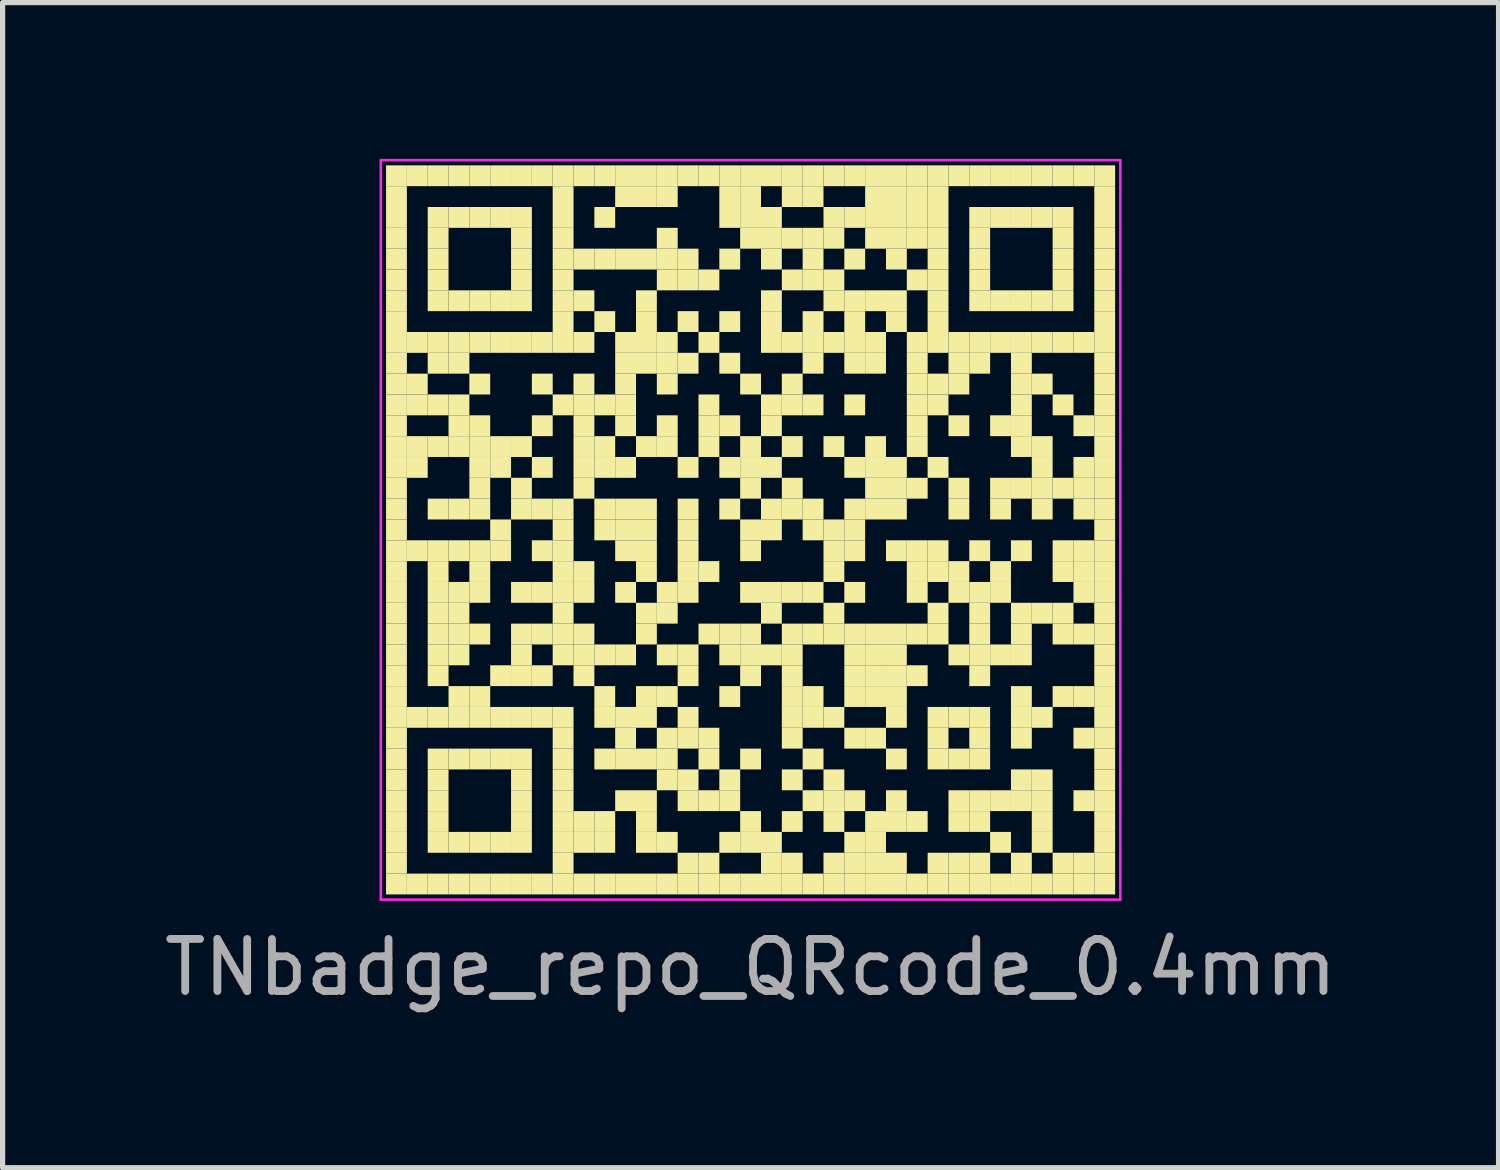
<source format=kicad_pcb>
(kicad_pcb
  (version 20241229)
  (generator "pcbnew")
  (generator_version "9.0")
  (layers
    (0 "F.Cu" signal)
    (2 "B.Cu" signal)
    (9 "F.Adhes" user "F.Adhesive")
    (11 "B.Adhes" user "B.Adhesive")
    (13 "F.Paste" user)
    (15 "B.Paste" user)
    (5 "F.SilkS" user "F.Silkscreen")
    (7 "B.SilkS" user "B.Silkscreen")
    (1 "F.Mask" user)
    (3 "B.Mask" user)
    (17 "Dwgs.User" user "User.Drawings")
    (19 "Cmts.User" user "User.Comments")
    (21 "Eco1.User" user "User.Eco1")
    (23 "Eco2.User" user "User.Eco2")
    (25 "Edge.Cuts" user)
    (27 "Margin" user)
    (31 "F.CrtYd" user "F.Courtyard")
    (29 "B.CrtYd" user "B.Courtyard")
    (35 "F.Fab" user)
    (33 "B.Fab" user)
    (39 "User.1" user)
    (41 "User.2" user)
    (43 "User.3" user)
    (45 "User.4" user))
  (footprint "TNbadge_repo_QRcode_0.4mm"
    (layer "F.Cu")
    (at 11.363 7.125)
    (property "Reference" "TNbadge_repo_QRcode_0.4mm" (at 0 8.4 0) (unlocked yes) (layer "F.Fab") (effects (font (size 1 1) (thickness 0.15))))
    (fp_rect (start -7 -7) (end -6.6 -6.6) (stroke (width 0) (type default)) (fill yes) (layer "F.SilkS"))
    (fp_rect (start -7 -6.6) (end -6.6 -6.2) (stroke (width 0) (type default)) (fill yes) (layer "F.SilkS"))
    (fp_rect (start -7 -6.2) (end -6.6 -5.8) (stroke (width 0) (type default)) (fill yes) (layer "F.SilkS"))
    (fp_rect (start -7 -5.8) (end -6.6 -5.4) (stroke (width 0) (type default)) (fill yes) (layer "F.SilkS"))
    (fp_rect (start -7 -5.4) (end -6.6 -5) (stroke (width 0) (type default)) (fill yes) (layer "F.SilkS"))
    (fp_rect (start -7 -5) (end -6.6 -4.6) (stroke (width 0) (type default)) (fill yes) (layer "F.SilkS"))
    (fp_rect (start -7 -4.6) (end -6.6 -4.2) (stroke (width 0) (type default)) (fill yes) (layer "F.SilkS"))
    (fp_rect (start -7 -4.2) (end -6.6 -3.8) (stroke (width 0) (type default)) (fill yes) (layer "F.SilkS"))
    (fp_rect (start -7 -3.8) (end -6.6 -3.4) (stroke (width 0) (type default)) (fill yes) (layer "F.SilkS"))
    (fp_rect (start -7 -3.4) (end -6.6 -3) (stroke (width 0) (type default)) (fill yes) (layer "F.SilkS"))
    (fp_rect (start -7 -3) (end -6.6 -2.6) (stroke (width 0) (type default)) (fill yes) (layer "F.SilkS"))
    (fp_rect (start -7 -2.6) (end -6.6 -2.2) (stroke (width 0) (type default)) (fill yes) (layer "F.SilkS"))
    (fp_rect (start -7 -2.2) (end -6.6 -1.8) (stroke (width 0) (type default)) (fill yes) (layer "F.SilkS"))
    (fp_rect (start -7 -1.8) (end -6.6 -1.4) (stroke (width 0) (type default)) (fill yes) (layer "F.SilkS"))
    (fp_rect (start -7 -1.4) (end -6.6 -1) (stroke (width 0) (type default)) (fill yes) (layer "F.SilkS"))
    (fp_rect (start -7 -1) (end -6.6 -0.6) (stroke (width 0) (type default)) (fill yes) (layer "F.SilkS"))
    (fp_rect (start -7 -0.6) (end -6.6 -0.2) (stroke (width 0) (type default)) (fill yes) (layer "F.SilkS"))
    (fp_rect (start -7 -0.2) (end -6.6 0.2) (stroke (width 0) (type default)) (fill yes) (layer "F.SilkS"))
    (fp_rect (start -7 0.2) (end -6.6 0.6) (stroke (width 0) (type default)) (fill yes) (layer "F.SilkS"))
    (fp_rect (start -7 0.6) (end -6.6 1) (stroke (width 0) (type default)) (fill yes) (layer "F.SilkS"))
    (fp_rect (start -7 1) (end -6.6 1.4) (stroke (width 0) (type default)) (fill yes) (layer "F.SilkS"))
    (fp_rect (start -7 1.4) (end -6.6 1.8) (stroke (width 0) (type default)) (fill yes) (layer "F.SilkS"))
    (fp_rect (start -7 1.8) (end -6.6 2.2) (stroke (width 0) (type default)) (fill yes) (layer "F.SilkS"))
    (fp_rect (start -7 2.2) (end -6.6 2.6) (stroke (width 0) (type default)) (fill yes) (layer "F.SilkS"))
    (fp_rect (start -7 2.6) (end -6.6 3) (stroke (width 0) (type default)) (fill yes) (layer "F.SilkS"))
    (fp_rect (start -7 3) (end -6.6 3.4) (stroke (width 0) (type default)) (fill yes) (layer "F.SilkS"))
    (fp_rect (start -7 3.4) (end -6.6 3.8) (stroke (width 0) (type default)) (fill yes) (layer "F.SilkS"))
    (fp_rect (start -7 3.8) (end -6.6 4.2) (stroke (width 0) (type default)) (fill yes) (layer "F.SilkS"))
    (fp_rect (start -7 4.2) (end -6.6 4.6) (stroke (width 0) (type default)) (fill yes) (layer "F.SilkS"))
    (fp_rect (start -7 4.6) (end -6.6 5) (stroke (width 0) (type default)) (fill yes) (layer "F.SilkS"))
    (fp_rect (start -7 5) (end -6.6 5.4) (stroke (width 0) (type default)) (fill yes) (layer "F.SilkS"))
    (fp_rect (start -7 5.4) (end -6.6 5.8) (stroke (width 0) (type default)) (fill yes) (layer "F.SilkS"))
    (fp_rect (start -7 5.8) (end -6.6 6.2) (stroke (width 0) (type default)) (fill yes) (layer "F.SilkS"))
    (fp_rect (start -7 6.2) (end -6.6 6.6) (stroke (width 0) (type default)) (fill yes) (layer "F.SilkS"))
    (fp_rect (start -7 6.6) (end -6.6 7) (stroke (width 0) (type default)) (fill yes) (layer "F.SilkS"))
    (fp_rect (start -6.6 -7) (end -6.2 -6.6) (stroke (width 0) (type default)) (fill yes) (layer "F.SilkS"))
    (fp_rect (start -6.6 -3.8) (end -6.2 -3.4) (stroke (width 0) (type default)) (fill yes) (layer "F.SilkS"))
    (fp_rect (start -6.6 -3) (end -6.2 -2.6) (stroke (width 0) (type default)) (fill yes) (layer "F.SilkS"))
    (fp_rect (start -6.6 -2.6) (end -6.2 -2.2) (stroke (width 0) (type default)) (fill yes) (layer "F.SilkS"))
    (fp_rect (start -6.6 -1.8) (end -6.2 -1.4) (stroke (width 0) (type default)) (fill yes) (layer "F.SilkS"))
    (fp_rect (start -6.6 -1.4) (end -6.2 -1) (stroke (width 0) (type default)) (fill yes) (layer "F.SilkS"))
    (fp_rect (start -6.6 0.2) (end -6.2 0.6) (stroke (width 0) (type default)) (fill yes) (layer "F.SilkS"))
    (fp_rect (start -6.6 3.4) (end -6.2 3.8) (stroke (width 0) (type default)) (fill yes) (layer "F.SilkS"))
    (fp_rect (start -6.6 6.6) (end -6.2 7) (stroke (width 0) (type default)) (fill yes) (layer "F.SilkS"))
    (fp_rect (start -6.2 -7) (end -5.8 -6.6) (stroke (width 0) (type default)) (fill yes) (layer "F.SilkS"))
    (fp_rect (start -6.2 -6.2) (end -5.8 -5.8) (stroke (width 0) (type default)) (fill yes) (layer "F.SilkS"))
    (fp_rect (start -6.2 -5.8) (end -5.8 -5.4) (stroke (width 0) (type default)) (fill yes) (layer "F.SilkS"))
    (fp_rect (start -6.2 -5.4) (end -5.8 -5) (stroke (width 0) (type default)) (fill yes) (layer "F.SilkS"))
    (fp_rect (start -6.2 -5) (end -5.8 -4.6) (stroke (width 0) (type default)) (fill yes) (layer "F.SilkS"))
    (fp_rect (start -6.2 -4.6) (end -5.8 -4.2) (stroke (width 0) (type default)) (fill yes) (layer "F.SilkS"))
    (fp_rect (start -6.2 -3.8) (end -5.8 -3.4) (stroke (width 0) (type default)) (fill yes) (layer "F.SilkS"))
    (fp_rect (start -6.2 -3.4) (end -5.8 -3) (stroke (width 0) (type default)) (fill yes) (layer "F.SilkS"))
    (fp_rect (start -6.2 -2.6) (end -5.8 -2.2) (stroke (width 0) (type default)) (fill yes) (layer "F.SilkS"))
    (fp_rect (start -6.2 -1.8) (end -5.8 -1.4) (stroke (width 0) (type default)) (fill yes) (layer "F.SilkS"))
    (fp_rect (start -6.2 -0.6) (end -5.8 -0.2) (stroke (width 0) (type default)) (fill yes) (layer "F.SilkS"))
    (fp_rect (start -6.2 0.2) (end -5.8 0.6) (stroke (width 0) (type default)) (fill yes) (layer "F.SilkS"))
    (fp_rect (start -6.2 0.6) (end -5.8 1) (stroke (width 0) (type default)) (fill yes) (layer "F.SilkS"))
    (fp_rect (start -6.2 1) (end -5.8 1.4) (stroke (width 0) (type default)) (fill yes) (layer "F.SilkS"))
    (fp_rect (start -6.2 1.4) (end -5.8 1.8) (stroke (width 0) (type default)) (fill yes) (layer "F.SilkS"))
    (fp_rect (start -6.2 1.8) (end -5.8 2.2) (stroke (width 0) (type default)) (fill yes) (layer "F.SilkS"))
    (fp_rect (start -6.2 2.2) (end -5.8 2.6) (stroke (width 0) (type default)) (fill yes) (layer "F.SilkS"))
    (fp_rect (start -6.2 2.6) (end -5.8 3) (stroke (width 0) (type default)) (fill yes) (layer "F.SilkS"))
    (fp_rect (start -6.2 3.4) (end -5.8 3.8) (stroke (width 0) (type default)) (fill yes) (layer "F.SilkS"))
    (fp_rect (start -6.2 4.2) (end -5.8 4.6) (stroke (width 0) (type default)) (fill yes) (layer "F.SilkS"))
    (fp_rect (start -6.2 4.6) (end -5.8 5) (stroke (width 0) (type default)) (fill yes) (layer "F.SilkS"))
    (fp_rect (start -6.2 5) (end -5.8 5.4) (stroke (width 0) (type default)) (fill yes) (layer "F.SilkS"))
    (fp_rect (start -6.2 5.4) (end -5.8 5.8) (stroke (width 0) (type default)) (fill yes) (layer "F.SilkS"))
    (fp_rect (start -6.2 5.8) (end -5.8 6.2) (stroke (width 0) (type default)) (fill yes) (layer "F.SilkS"))
    (fp_rect (start -6.2 6.6) (end -5.8 7) (stroke (width 0) (type default)) (fill yes) (layer "F.SilkS"))
    (fp_rect (start -5.8 -7) (end -5.4 -6.6) (stroke (width 0) (type default)) (fill yes) (layer "F.SilkS"))
    (fp_rect (start -5.8 -6.2) (end -5.4 -5.8) (stroke (width 0) (type default)) (fill yes) (layer "F.SilkS"))
    (fp_rect (start -5.8 -4.6) (end -5.4 -4.2) (stroke (width 0) (type default)) (fill yes) (layer "F.SilkS"))
    (fp_rect (start -5.8 -3.8) (end -5.4 -3.4) (stroke (width 0) (type default)) (fill yes) (layer "F.SilkS"))
    (fp_rect (start -5.8 -3.4) (end -5.4 -3) (stroke (width 0) (type default)) (fill yes) (layer "F.SilkS"))
    (fp_rect (start -5.8 -2.6) (end -5.4 -2.2) (stroke (width 0) (type default)) (fill yes) (layer "F.SilkS"))
    (fp_rect (start -5.8 -2.2) (end -5.4 -1.8) (stroke (width 0) (type default)) (fill yes) (layer "F.SilkS"))
    (fp_rect (start -5.8 -1.8) (end -5.4 -1.4) (stroke (width 0) (type default)) (fill yes) (layer "F.SilkS"))
    (fp_rect (start -5.8 -0.6) (end -5.4 -0.2) (stroke (width 0) (type default)) (fill yes) (layer "F.SilkS"))
    (fp_rect (start -5.8 0.2) (end -5.4 0.6) (stroke (width 0) (type default)) (fill yes) (layer "F.SilkS"))
    (fp_rect (start -5.8 1) (end -5.4 1.4) (stroke (width 0) (type default)) (fill yes) (layer "F.SilkS"))
    (fp_rect (start -5.8 1.4) (end -5.4 1.8) (stroke (width 0) (type default)) (fill yes) (layer "F.SilkS"))
    (fp_rect (start -5.8 1.8) (end -5.4 2.2) (stroke (width 0) (type default)) (fill yes) (layer "F.SilkS"))
    (fp_rect (start -5.8 2.2) (end -5.4 2.6) (stroke (width 0) (type default)) (fill yes) (layer "F.SilkS"))
    (fp_rect (start -5.8 3) (end -5.4 3.4) (stroke (width 0) (type default)) (fill yes) (layer "F.SilkS"))
    (fp_rect (start -5.8 3.4) (end -5.4 3.8) (stroke (width 0) (type default)) (fill yes) (layer "F.SilkS"))
    (fp_rect (start -5.8 4.2) (end -5.4 4.6) (stroke (width 0) (type default)) (fill yes) (layer "F.SilkS"))
    (fp_rect (start -5.8 5.8) (end -5.4 6.2) (stroke (width 0) (type default)) (fill yes) (layer "F.SilkS"))
    (fp_rect (start -5.8 6.6) (end -5.4 7) (stroke (width 0) (type default)) (fill yes) (layer "F.SilkS"))
    (fp_rect (start -5.4 -7) (end -5 -6.6) (stroke (width 0) (type default)) (fill yes) (layer "F.SilkS"))
    (fp_rect (start -5.4 -6.2) (end -5 -5.8) (stroke (width 0) (type default)) (fill yes) (layer "F.SilkS"))
    (fp_rect (start -5.4 -4.6) (end -5 -4.2) (stroke (width 0) (type default)) (fill yes) (layer "F.SilkS"))
    (fp_rect (start -5.4 -3.8) (end -5 -3.4) (stroke (width 0) (type default)) (fill yes) (layer "F.SilkS"))
    (fp_rect (start -5.4 -3) (end -5 -2.6) (stroke (width 0) (type default)) (fill yes) (layer "F.SilkS"))
    (fp_rect (start -5.4 -2.2) (end -5 -1.8) (stroke (width 0) (type default)) (fill yes) (layer "F.SilkS"))
    (fp_rect (start -5.4 -1.8) (end -5 -1.4) (stroke (width 0) (type default)) (fill yes) (layer "F.SilkS"))
    (fp_rect (start -5.4 -1.4) (end -5 -1) (stroke (width 0) (type default)) (fill yes) (layer "F.SilkS"))
    (fp_rect (start -5.4 -1) (end -5 -0.6) (stroke (width 0) (type default)) (fill yes) (layer "F.SilkS"))
    (fp_rect (start -5.4 -0.6) (end -5 -0.2) (stroke (width 0) (type default)) (fill yes) (layer "F.SilkS"))
    (fp_rect (start -5.4 0.2) (end -5 0.6) (stroke (width 0) (type default)) (fill yes) (layer "F.SilkS"))
    (fp_rect (start -5.4 0.6) (end -5 1) (stroke (width 0) (type default)) (fill yes) (layer "F.SilkS"))
    (fp_rect (start -5.4 1) (end -5 1.4) (stroke (width 0) (type default)) (fill yes) (layer "F.SilkS"))
    (fp_rect (start -5.4 1.8) (end -5 2.2) (stroke (width 0) (type default)) (fill yes) (layer "F.SilkS"))
    (fp_rect (start -5.4 3) (end -5 3.4) (stroke (width 0) (type default)) (fill yes) (layer "F.SilkS"))
    (fp_rect (start -5.4 3.4) (end -5 3.8) (stroke (width 0) (type default)) (fill yes) (layer "F.SilkS"))
    (fp_rect (start -5.4 4.2) (end -5 4.6) (stroke (width 0) (type default)) (fill yes) (layer "F.SilkS"))
    (fp_rect (start -5.4 5.8) (end -5 6.2) (stroke (width 0) (type default)) (fill yes) (layer "F.SilkS"))
    (fp_rect (start -5.4 6.6) (end -5 7) (stroke (width 0) (type default)) (fill yes) (layer "F.SilkS"))
    (fp_rect (start -5 -7) (end -4.6 -6.6) (stroke (width 0) (type default)) (fill yes) (layer "F.SilkS"))
    (fp_rect (start -5 -6.2) (end -4.6 -5.8) (stroke (width 0) (type default)) (fill yes) (layer "F.SilkS"))
    (fp_rect (start -5 -4.6) (end -4.6 -4.2) (stroke (width 0) (type default)) (fill yes) (layer "F.SilkS"))
    (fp_rect (start -5 -3.8) (end -4.6 -3.4) (stroke (width 0) (type default)) (fill yes) (layer "F.SilkS"))
    (fp_rect (start -5 -1.8) (end -4.6 -1.4) (stroke (width 0) (type default)) (fill yes) (layer "F.SilkS"))
    (fp_rect (start -5 -1.4) (end -4.6 -1) (stroke (width 0) (type default)) (fill yes) (layer "F.SilkS"))
    (fp_rect (start -5 -0.2) (end -4.6 0.2) (stroke (width 0) (type default)) (fill yes) (layer "F.SilkS"))
    (fp_rect (start -5 0.2) (end -4.6 0.6) (stroke (width 0) (type default)) (fill yes) (layer "F.SilkS"))
    (fp_rect (start -5 2.6) (end -4.6 3) (stroke (width 0) (type default)) (fill yes) (layer "F.SilkS"))
    (fp_rect (start -5 3.4) (end -4.6 3.8) (stroke (width 0) (type default)) (fill yes) (layer "F.SilkS"))
    (fp_rect (start -5 4.2) (end -4.6 4.6) (stroke (width 0) (type default)) (fill yes) (layer "F.SilkS"))
    (fp_rect (start -5 5.8) (end -4.6 6.2) (stroke (width 0) (type default)) (fill yes) (layer "F.SilkS"))
    (fp_rect (start -5 6.6) (end -4.6 7) (stroke (width 0) (type default)) (fill yes) (layer "F.SilkS"))
    (fp_rect (start -4.6 -7) (end -4.2 -6.6) (stroke (width 0) (type default)) (fill yes) (layer "F.SilkS"))
    (fp_rect (start -4.6 -6.2) (end -4.2 -5.8) (stroke (width 0) (type default)) (fill yes) (layer "F.SilkS"))
    (fp_rect (start -4.6 -5.8) (end -4.2 -5.4) (stroke (width 0) (type default)) (fill yes) (layer "F.SilkS"))
    (fp_rect (start -4.6 -5.4) (end -4.2 -5) (stroke (width 0) (type default)) (fill yes) (layer "F.SilkS"))
    (fp_rect (start -4.6 -5) (end -4.2 -4.6) (stroke (width 0) (type default)) (fill yes) (layer "F.SilkS"))
    (fp_rect (start -4.6 -4.6) (end -4.2 -4.2) (stroke (width 0) (type default)) (fill yes) (layer "F.SilkS"))
    (fp_rect (start -4.6 -3.8) (end -4.2 -3.4) (stroke (width 0) (type default)) (fill yes) (layer "F.SilkS"))
    (fp_rect (start -4.6 -1.8) (end -4.2 -1.4) (stroke (width 0) (type default)) (fill yes) (layer "F.SilkS"))
    (fp_rect (start -4.6 -1) (end -4.2 -0.6) (stroke (width 0) (type default)) (fill yes) (layer "F.SilkS"))
    (fp_rect (start -4.6 -0.6) (end -4.2 -0.2) (stroke (width 0) (type default)) (fill yes) (layer "F.SilkS"))
    (fp_rect (start -4.6 1) (end -4.2 1.4) (stroke (width 0) (type default)) (fill yes) (layer "F.SilkS"))
    (fp_rect (start -4.6 1.8) (end -4.2 2.2) (stroke (width 0) (type default)) (fill yes) (layer "F.SilkS"))
    (fp_rect (start -4.6 2.2) (end -4.2 2.6) (stroke (width 0) (type default)) (fill yes) (layer "F.SilkS"))
    (fp_rect (start -4.6 2.6) (end -4.2 3) (stroke (width 0) (type default)) (fill yes) (layer "F.SilkS"))
    (fp_rect (start -4.6 3.4) (end -4.2 3.8) (stroke (width 0) (type default)) (fill yes) (layer "F.SilkS"))
    (fp_rect (start -4.6 4.2) (end -4.2 4.6) (stroke (width 0) (type default)) (fill yes) (layer "F.SilkS"))
    (fp_rect (start -4.6 4.6) (end -4.2 5) (stroke (width 0) (type default)) (fill yes) (layer "F.SilkS"))
    (fp_rect (start -4.6 5) (end -4.2 5.4) (stroke (width 0) (type default)) (fill yes) (layer "F.SilkS"))
    (fp_rect (start -4.6 5.4) (end -4.2 5.8) (stroke (width 0) (type default)) (fill yes) (layer "F.SilkS"))
    (fp_rect (start -4.6 5.8) (end -4.2 6.2) (stroke (width 0) (type default)) (fill yes) (layer "F.SilkS"))
    (fp_rect (start -4.6 6.6) (end -4.2 7) (stroke (width 0) (type default)) (fill yes) (layer "F.SilkS"))
    (fp_rect (start -4.2 -7) (end -3.8 -6.6) (stroke (width 0) (type default)) (fill yes) (layer "F.SilkS"))
    (fp_rect (start -4.2 -3.8) (end -3.8 -3.4) (stroke (width 0) (type default)) (fill yes) (layer "F.SilkS"))
    (fp_rect (start -4.2 -3) (end -3.8 -2.6) (stroke (width 0) (type default)) (fill yes) (layer "F.SilkS"))
    (fp_rect (start -4.2 -2.2) (end -3.8 -1.8) (stroke (width 0) (type default)) (fill yes) (layer "F.SilkS"))
    (fp_rect (start -4.2 -1.4) (end -3.8 -1) (stroke (width 0) (type default)) (fill yes) (layer "F.SilkS"))
    (fp_rect (start -4.2 -0.6) (end -3.8 -0.2) (stroke (width 0) (type default)) (fill yes) (layer "F.SilkS"))
    (fp_rect (start -4.2 0.2) (end -3.8 0.6) (stroke (width 0) (type default)) (fill yes) (layer "F.SilkS"))
    (fp_rect (start -4.2 1) (end -3.8 1.4) (stroke (width 0) (type default)) (fill yes) (layer "F.SilkS"))
    (fp_rect (start -4.2 1.8) (end -3.8 2.2) (stroke (width 0) (type default)) (fill yes) (layer "F.SilkS"))
    (fp_rect (start -4.2 2.6) (end -3.8 3) (stroke (width 0) (type default)) (fill yes) (layer "F.SilkS"))
    (fp_rect (start -4.2 3.4) (end -3.8 3.8) (stroke (width 0) (type default)) (fill yes) (layer "F.SilkS"))
    (fp_rect (start -4.2 6.6) (end -3.8 7) (stroke (width 0) (type default)) (fill yes) (layer "F.SilkS"))
    (fp_rect (start -3.8 -7) (end -3.4 -6.6) (stroke (width 0) (type default)) (fill yes) (layer "F.SilkS"))
    (fp_rect (start -3.8 -6.6) (end -3.4 -6.2) (stroke (width 0) (type default)) (fill yes) (layer "F.SilkS"))
    (fp_rect (start -3.8 -6.2) (end -3.4 -5.8) (stroke (width 0) (type default)) (fill yes) (layer "F.SilkS"))
    (fp_rect (start -3.8 -5.8) (end -3.4 -5.4) (stroke (width 0) (type default)) (fill yes) (layer "F.SilkS"))
    (fp_rect (start -3.8 -5.4) (end -3.4 -5) (stroke (width 0) (type default)) (fill yes) (layer "F.SilkS"))
    (fp_rect (start -3.8 -5) (end -3.4 -4.6) (stroke (width 0) (type default)) (fill yes) (layer "F.SilkS"))
    (fp_rect (start -3.8 -4.6) (end -3.4 -4.2) (stroke (width 0) (type default)) (fill yes) (layer "F.SilkS"))
    (fp_rect (start -3.8 -4.2) (end -3.4 -3.8) (stroke (width 0) (type default)) (fill yes) (layer "F.SilkS"))
    (fp_rect (start -3.8 -3.8) (end -3.4 -3.4) (stroke (width 0) (type default)) (fill yes) (layer "F.SilkS"))
    (fp_rect (start -3.8 -2.6) (end -3.4 -2.2) (stroke (width 0) (type default)) (fill yes) (layer "F.SilkS"))
    (fp_rect (start -3.8 -0.6) (end -3.4 -0.2) (stroke (width 0) (type default)) (fill yes) (layer "F.SilkS"))
    (fp_rect (start -3.8 -0.2) (end -3.4 0.2) (stroke (width 0) (type default)) (fill yes) (layer "F.SilkS"))
    (fp_rect (start -3.8 0.2) (end -3.4 0.6) (stroke (width 0) (type default)) (fill yes) (layer "F.SilkS"))
    (fp_rect (start -3.8 0.6) (end -3.4 1) (stroke (width 0) (type default)) (fill yes) (layer "F.SilkS"))
    (fp_rect (start -3.8 1) (end -3.4 1.4) (stroke (width 0) (type default)) (fill yes) (layer "F.SilkS"))
    (fp_rect (start -3.8 1.4) (end -3.4 1.8) (stroke (width 0) (type default)) (fill yes) (layer "F.SilkS"))
    (fp_rect (start -3.8 1.8) (end -3.4 2.2) (stroke (width 0) (type default)) (fill yes) (layer "F.SilkS"))
    (fp_rect (start -3.8 2.2) (end -3.4 2.6) (stroke (width 0) (type default)) (fill yes) (layer "F.SilkS"))
    (fp_rect (start -3.8 3.4) (end -3.4 3.8) (stroke (width 0) (type default)) (fill yes) (layer "F.SilkS"))
    (fp_rect (start -3.8 3.8) (end -3.4 4.2) (stroke (width 0) (type default)) (fill yes) (layer "F.SilkS"))
    (fp_rect (start -3.8 4.2) (end -3.4 4.6) (stroke (width 0) (type default)) (fill yes) (layer "F.SilkS"))
    (fp_rect (start -3.8 4.6) (end -3.4 5) (stroke (width 0) (type default)) (fill yes) (layer "F.SilkS"))
    (fp_rect (start -3.8 5) (end -3.4 5.4) (stroke (width 0) (type default)) (fill yes) (layer "F.SilkS"))
    (fp_rect (start -3.8 5.4) (end -3.4 5.8) (stroke (width 0) (type default)) (fill yes) (layer "F.SilkS"))
    (fp_rect (start -3.8 5.8) (end -3.4 6.2) (stroke (width 0) (type default)) (fill yes) (layer "F.SilkS"))
    (fp_rect (start -3.8 6.2) (end -3.4 6.6) (stroke (width 0) (type default)) (fill yes) (layer "F.SilkS"))
    (fp_rect (start -3.8 6.6) (end -3.4 7) (stroke (width 0) (type default)) (fill yes) (layer "F.SilkS"))
    (fp_rect (start -3.4 -7) (end -3 -6.6) (stroke (width 0) (type default)) (fill yes) (layer "F.SilkS"))
    (fp_rect (start -3.4 -5.4) (end -3 -5) (stroke (width 0) (type default)) (fill yes) (layer "F.SilkS"))
    (fp_rect (start -3.4 -4.6) (end -3 -4.2) (stroke (width 0) (type default)) (fill yes) (layer "F.SilkS"))
    (fp_rect (start -3.4 -3.8) (end -3 -3.4) (stroke (width 0) (type default)) (fill yes) (layer "F.SilkS"))
    (fp_rect (start -3.4 -3) (end -3 -2.6) (stroke (width 0) (type default)) (fill yes) (layer "F.SilkS"))
    (fp_rect (start -3.4 -2.6) (end -3 -2.2) (stroke (width 0) (type default)) (fill yes) (layer "F.SilkS"))
    (fp_rect (start -3.4 -2.2) (end -3 -1.8) (stroke (width 0) (type default)) (fill yes) (layer "F.SilkS"))
    (fp_rect (start -3.4 -1.8) (end -3 -1.4) (stroke (width 0) (type default)) (fill yes) (layer "F.SilkS"))
    (fp_rect (start -3.4 -1.4) (end -3 -1) (stroke (width 0) (type default)) (fill yes) (layer "F.SilkS"))
    (fp_rect (start -3.4 -1) (end -3 -0.6) (stroke (width 0) (type default)) (fill yes) (layer "F.SilkS"))
    (fp_rect (start -3.4 0.6) (end -3 1) (stroke (width 0) (type default)) (fill yes) (layer "F.SilkS"))
    (fp_rect (start -3.4 1) (end -3 1.4) (stroke (width 0) (type default)) (fill yes) (layer "F.SilkS"))
    (fp_rect (start -3.4 1.8) (end -3 2.2) (stroke (width 0) (type default)) (fill yes) (layer "F.SilkS"))
    (fp_rect (start -3.4 2.2) (end -3 2.6) (stroke (width 0) (type default)) (fill yes) (layer "F.SilkS"))
    (fp_rect (start -3.4 2.6) (end -3 3) (stroke (width 0) (type default)) (fill yes) (layer "F.SilkS"))
    (fp_rect (start -3.4 5.4) (end -3 5.8) (stroke (width 0) (type default)) (fill yes) (layer "F.SilkS"))
    (fp_rect (start -3.4 5.8) (end -3 6.2) (stroke (width 0) (type default)) (fill yes) (layer "F.SilkS"))
    (fp_rect (start -3.4 6.6) (end -3 7) (stroke (width 0) (type default)) (fill yes) (layer "F.SilkS"))
    (fp_rect (start -3 -7) (end -2.6 -6.6) (stroke (width 0) (type default)) (fill yes) (layer "F.SilkS"))
    (fp_rect (start -3 -6.2) (end -2.6 -5.8) (stroke (width 0) (type default)) (fill yes) (layer "F.SilkS"))
    (fp_rect (start -3 -5.4) (end -2.6 -5) (stroke (width 0) (type default)) (fill yes) (layer "F.SilkS"))
    (fp_rect (start -3 -4.2) (end -2.6 -3.8) (stroke (width 0) (type default)) (fill yes) (layer "F.SilkS"))
    (fp_rect (start -3 -2.6) (end -2.6 -2.2) (stroke (width 0) (type default)) (fill yes) (layer "F.SilkS"))
    (fp_rect (start -3 -1.8) (end -2.6 -1.4) (stroke (width 0) (type default)) (fill yes) (layer "F.SilkS"))
    (fp_rect (start -3 -1.4) (end -2.6 -1) (stroke (width 0) (type default)) (fill yes) (layer "F.SilkS"))
    (fp_rect (start -3 -0.6) (end -2.6 -0.2) (stroke (width 0) (type default)) (fill yes) (layer "F.SilkS"))
    (fp_rect (start -3 -0.2) (end -2.6 0.2) (stroke (width 0) (type default)) (fill yes) (layer "F.SilkS"))
    (fp_rect (start -3 2.2) (end -2.6 2.6) (stroke (width 0) (type default)) (fill yes) (layer "F.SilkS"))
    (fp_rect (start -3 3) (end -2.6 3.4) (stroke (width 0) (type default)) (fill yes) (layer "F.SilkS"))
    (fp_rect (start -3 3.4) (end -2.6 3.8) (stroke (width 0) (type default)) (fill yes) (layer "F.SilkS"))
    (fp_rect (start -3 4.2) (end -2.6 4.6) (stroke (width 0) (type default)) (fill yes) (layer "F.SilkS"))
    (fp_rect (start -3 5.4) (end -2.6 5.8) (stroke (width 0) (type default)) (fill yes) (layer "F.SilkS"))
    (fp_rect (start -3 5.8) (end -2.6 6.2) (stroke (width 0) (type default)) (fill yes) (layer "F.SilkS"))
    (fp_rect (start -3 6.6) (end -2.6 7) (stroke (width 0) (type default)) (fill yes) (layer "F.SilkS"))
    (fp_rect (start -2.6 -7) (end -2.2 -6.6) (stroke (width 0) (type default)) (fill yes) (layer "F.SilkS"))
    (fp_rect (start -2.6 -6.6) (end -2.2 -6.2) (stroke (width 0) (type default)) (fill yes) (layer "F.SilkS"))
    (fp_rect (start -2.6 -5.4) (end -2.2 -5) (stroke (width 0) (type default)) (fill yes) (layer "F.SilkS"))
    (fp_rect (start -2.6 -3.8) (end -2.2 -3.4) (stroke (width 0) (type default)) (fill yes) (layer "F.SilkS"))
    (fp_rect (start -2.6 -3.4) (end -2.2 -3) (stroke (width 0) (type default)) (fill yes) (layer "F.SilkS"))
    (fp_rect (start -2.6 -3) (end -2.2 -2.6) (stroke (width 0) (type default)) (fill yes) (layer "F.SilkS"))
    (fp_rect (start -2.6 -2.6) (end -2.2 -2.2) (stroke (width 0) (type default)) (fill yes) (layer "F.SilkS"))
    (fp_rect (start -2.6 -2.2) (end -2.2 -1.8) (stroke (width 0) (type default)) (fill yes) (layer "F.SilkS"))
    (fp_rect (start -2.6 -1.4) (end -2.2 -1) (stroke (width 0) (type default)) (fill yes) (layer "F.SilkS"))
    (fp_rect (start -2.6 -0.6) (end -2.2 -0.2) (stroke (width 0) (type default)) (fill yes) (layer "F.SilkS"))
    (fp_rect (start -2.6 -0.2) (end -2.2 0.2) (stroke (width 0) (type default)) (fill yes) (layer "F.SilkS"))
    (fp_rect (start -2.6 0.2) (end -2.2 0.6) (stroke (width 0) (type default)) (fill yes) (layer "F.SilkS"))
    (fp_rect (start -2.6 1) (end -2.2 1.4) (stroke (width 0) (type default)) (fill yes) (layer "F.SilkS"))
    (fp_rect (start -2.6 2.2) (end -2.2 2.6) (stroke (width 0) (type default)) (fill yes) (layer "F.SilkS"))
    (fp_rect (start -2.6 3.4) (end -2.2 3.8) (stroke (width 0) (type default)) (fill yes) (layer "F.SilkS"))
    (fp_rect (start -2.6 3.8) (end -2.2 4.2) (stroke (width 0) (type default)) (fill yes) (layer "F.SilkS"))
    (fp_rect (start -2.6 4.2) (end -2.2 4.6) (stroke (width 0) (type default)) (fill yes) (layer "F.SilkS"))
    (fp_rect (start -2.6 5) (end -2.2 5.4) (stroke (width 0) (type default)) (fill yes) (layer "F.SilkS"))
    (fp_rect (start -2.6 6.6) (end -2.2 7) (stroke (width 0) (type default)) (fill yes) (layer "F.SilkS"))
    (fp_rect (start -2.2 -7) (end -1.8 -6.6) (stroke (width 0) (type default)) (fill yes) (layer "F.SilkS"))
    (fp_rect (start -2.2 -6.6) (end -1.8 -6.2) (stroke (width 0) (type default)) (fill yes) (layer "F.SilkS"))
    (fp_rect (start -2.2 -5.4) (end -1.8 -5) (stroke (width 0) (type default)) (fill yes) (layer "F.SilkS"))
    (fp_rect (start -2.2 -4.6) (end -1.8 -4.2) (stroke (width 0) (type default)) (fill yes) (layer "F.SilkS"))
    (fp_rect (start -2.2 -4.2) (end -1.8 -3.8) (stroke (width 0) (type default)) (fill yes) (layer "F.SilkS"))
    (fp_rect (start -2.2 -3.8) (end -1.8 -3.4) (stroke (width 0) (type default)) (fill yes) (layer "F.SilkS"))
    (fp_rect (start -2.2 -3.4) (end -1.8 -3) (stroke (width 0) (type default)) (fill yes) (layer "F.SilkS"))
    (fp_rect (start -2.2 -1.8) (end -1.8 -1.4) (stroke (width 0) (type default)) (fill yes) (layer "F.SilkS"))
    (fp_rect (start -2.2 -0.6) (end -1.8 -0.2) (stroke (width 0) (type default)) (fill yes) (layer "F.SilkS"))
    (fp_rect (start -2.2 -0.2) (end -1.8 0.2) (stroke (width 0) (type default)) (fill yes) (layer "F.SilkS"))
    (fp_rect (start -2.2 0.2) (end -1.8 0.6) (stroke (width 0) (type default)) (fill yes) (layer "F.SilkS"))
    (fp_rect (start -2.2 0.6) (end -1.8 1) (stroke (width 0) (type default)) (fill yes) (layer "F.SilkS"))
    (fp_rect (start -2.2 1.4) (end -1.8 1.8) (stroke (width 0) (type default)) (fill yes) (layer "F.SilkS"))
    (fp_rect (start -2.2 1.8) (end -1.8 2.2) (stroke (width 0) (type default)) (fill yes) (layer "F.SilkS"))
    (fp_rect (start -2.2 3) (end -1.8 3.4) (stroke (width 0) (type default)) (fill yes) (layer "F.SilkS"))
    (fp_rect (start -2.2 3.4) (end -1.8 3.8) (stroke (width 0) (type default)) (fill yes) (layer "F.SilkS"))
    (fp_rect (start -2.2 4.2) (end -1.8 4.6) (stroke (width 0) (type default)) (fill yes) (layer "F.SilkS"))
    (fp_rect (start -2.2 5) (end -1.8 5.4) (stroke (width 0) (type default)) (fill yes) (layer "F.SilkS"))
    (fp_rect (start -2.2 5.4) (end -1.8 5.8) (stroke (width 0) (type default)) (fill yes) (layer "F.SilkS"))
    (fp_rect (start -2.2 5.8) (end -1.8 6.2) (stroke (width 0) (type default)) (fill yes) (layer "F.SilkS"))
    (fp_rect (start -2.2 6.6) (end -1.8 7) (stroke (width 0) (type default)) (fill yes) (layer "F.SilkS"))
    (fp_rect (start -1.8 -7) (end -1.4 -6.6) (stroke (width 0) (type default)) (fill yes) (layer "F.SilkS"))
    (fp_rect (start -1.8 -6.6) (end -1.4 -6.2) (stroke (width 0) (type default)) (fill yes) (layer "F.SilkS"))
    (fp_rect (start -1.8 -5.8) (end -1.4 -5.4) (stroke (width 0) (type default)) (fill yes) (layer "F.SilkS"))
    (fp_rect (start -1.8 -5.4) (end -1.4 -5) (stroke (width 0) (type default)) (fill yes) (layer "F.SilkS"))
    (fp_rect (start -1.8 -5) (end -1.4 -4.6) (stroke (width 0) (type default)) (fill yes) (layer "F.SilkS"))
    (fp_rect (start -1.8 -3.8) (end -1.4 -3.4) (stroke (width 0) (type default)) (fill yes) (layer "F.SilkS"))
    (fp_rect (start -1.8 -3.4) (end -1.4 -3) (stroke (width 0) (type default)) (fill yes) (layer "F.SilkS"))
    (fp_rect (start -1.8 -3) (end -1.4 -2.6) (stroke (width 0) (type default)) (fill yes) (layer "F.SilkS"))
    (fp_rect (start -1.8 -2.2) (end -1.4 -1.8) (stroke (width 0) (type default)) (fill yes) (layer "F.SilkS"))
    (fp_rect (start -1.8 -1.8) (end -1.4 -1.4) (stroke (width 0) (type default)) (fill yes) (layer "F.SilkS"))
    (fp_rect (start -1.8 1) (end -1.4 1.4) (stroke (width 0) (type default)) (fill yes) (layer "F.SilkS"))
    (fp_rect (start -1.8 1.4) (end -1.4 1.8) (stroke (width 0) (type default)) (fill yes) (layer "F.SilkS"))
    (fp_rect (start -1.8 2.2) (end -1.4 2.6) (stroke (width 0) (type default)) (fill yes) (layer "F.SilkS"))
    (fp_rect (start -1.8 3) (end -1.4 3.4) (stroke (width 0) (type default)) (fill yes) (layer "F.SilkS"))
    (fp_rect (start -1.8 3.8) (end -1.4 4.2) (stroke (width 0) (type default)) (fill yes) (layer "F.SilkS"))
    (fp_rect (start -1.8 4.2) (end -1.4 4.6) (stroke (width 0) (type default)) (fill yes) (layer "F.SilkS"))
    (fp_rect (start -1.8 4.6) (end -1.4 5) (stroke (width 0) (type default)) (fill yes) (layer "F.SilkS"))
    (fp_rect (start -1.8 5.8) (end -1.4 6.2) (stroke (width 0) (type default)) (fill yes) (layer "F.SilkS"))
    (fp_rect (start -1.8 6.6) (end -1.4 7) (stroke (width 0) (type default)) (fill yes) (layer "F.SilkS"))
    (fp_rect (start -1.4 -7) (end -1 -6.6) (stroke (width 0) (type default)) (fill yes) (layer "F.SilkS"))
    (fp_rect (start -1.4 -5.4) (end -1 -5) (stroke (width 0) (type default)) (fill yes) (layer "F.SilkS"))
    (fp_rect (start -1.4 -5) (end -1 -4.6) (stroke (width 0) (type default)) (fill yes) (layer "F.SilkS"))
    (fp_rect (start -1.4 -4.2) (end -1 -3.8) (stroke (width 0) (type default)) (fill yes) (layer "F.SilkS"))
    (fp_rect (start -1.4 -3.4) (end -1 -3) (stroke (width 0) (type default)) (fill yes) (layer "F.SilkS"))
    (fp_rect (start -1.4 -1.4) (end -1 -1) (stroke (width 0) (type default)) (fill yes) (layer "F.SilkS"))
    (fp_rect (start -1.4 -0.6) (end -1 -0.2) (stroke (width 0) (type default)) (fill yes) (layer "F.SilkS"))
    (fp_rect (start -1.4 -0.2) (end -1 0.2) (stroke (width 0) (type default)) (fill yes) (layer "F.SilkS"))
    (fp_rect (start -1.4 0.2) (end -1 0.6) (stroke (width 0) (type default)) (fill yes) (layer "F.SilkS"))
    (fp_rect (start -1.4 0.6) (end -1 1) (stroke (width 0) (type default)) (fill yes) (layer "F.SilkS"))
    (fp_rect (start -1.4 1) (end -1 1.4) (stroke (width 0) (type default)) (fill yes) (layer "F.SilkS"))
    (fp_rect (start -1.4 2.2) (end -1 2.6) (stroke (width 0) (type default)) (fill yes) (layer "F.SilkS"))
    (fp_rect (start -1.4 2.6) (end -1 3) (stroke (width 0) (type default)) (fill yes) (layer "F.SilkS"))
    (fp_rect (start -1.4 3.4) (end -1 3.8) (stroke (width 0) (type default)) (fill yes) (layer "F.SilkS"))
    (fp_rect (start -1.4 3.8) (end -1 4.2) (stroke (width 0) (type default)) (fill yes) (layer "F.SilkS"))
    (fp_rect (start -1.4 4.6) (end -1 5) (stroke (width 0) (type default)) (fill yes) (layer "F.SilkS"))
    (fp_rect (start -1.4 5) (end -1 5.4) (stroke (width 0) (type default)) (fill yes) (layer "F.SilkS"))
    (fp_rect (start -1.4 6.2) (end -1 6.6) (stroke (width 0) (type default)) (fill yes) (layer "F.SilkS"))
    (fp_rect (start -1.4 6.6) (end -1 7) (stroke (width 0) (type default)) (fill yes) (layer "F.SilkS"))
    (fp_rect (start -1 -7) (end -0.6 -6.6) (stroke (width 0) (type default)) (fill yes) (layer "F.SilkS"))
    (fp_rect (start -1 -5) (end -0.6 -4.6) (stroke (width 0) (type default)) (fill yes) (layer "F.SilkS"))
    (fp_rect (start -1 -3.8) (end -0.6 -3.4) (stroke (width 0) (type default)) (fill yes) (layer "F.SilkS"))
    (fp_rect (start -1 -2.6) (end -0.6 -2.2) (stroke (width 0) (type default)) (fill yes) (layer "F.SilkS"))
    (fp_rect (start -1 -2.2) (end -0.6 -1.8) (stroke (width 0) (type default)) (fill yes) (layer "F.SilkS"))
    (fp_rect (start -1 -1.8) (end -0.6 -1.4) (stroke (width 0) (type default)) (fill yes) (layer "F.SilkS"))
    (fp_rect (start -1 0.6) (end -0.6 1) (stroke (width 0) (type default)) (fill yes) (layer "F.SilkS"))
    (fp_rect (start -1 1.8) (end -0.6 2.2) (stroke (width 0) (type default)) (fill yes) (layer "F.SilkS"))
    (fp_rect (start -1 3.8) (end -0.6 4.2) (stroke (width 0) (type default)) (fill yes) (layer "F.SilkS"))
    (fp_rect (start -1 4.2) (end -0.6 4.6) (stroke (width 0) (type default)) (fill yes) (layer "F.SilkS"))
    (fp_rect (start -1 5) (end -0.6 5.4) (stroke (width 0) (type default)) (fill yes) (layer "F.SilkS"))
    (fp_rect (start -1 6.2) (end -0.6 6.6) (stroke (width 0) (type default)) (fill yes) (layer "F.SilkS"))
    (fp_rect (start -1 6.6) (end -0.6 7) (stroke (width 0) (type default)) (fill yes) (layer "F.SilkS"))
    (fp_rect (start -0.6 -7) (end -0.2 -6.6) (stroke (width 0) (type default)) (fill yes) (layer "F.SilkS"))
    (fp_rect (start -0.6 -6.6) (end -0.2 -6.2) (stroke (width 0) (type default)) (fill yes) (layer "F.SilkS"))
    (fp_rect (start -0.6 -6.2) (end -0.2 -5.8) (stroke (width 0) (type default)) (fill yes) (layer "F.SilkS"))
    (fp_rect (start -0.6 -5.4) (end -0.2 -5) (stroke (width 0) (type default)) (fill yes) (layer "F.SilkS"))
    (fp_rect (start -0.6 -4.2) (end -0.2 -3.8) (stroke (width 0) (type default)) (fill yes) (layer "F.SilkS"))
    (fp_rect (start -0.6 -3.4) (end -0.2 -3) (stroke (width 0) (type default)) (fill yes) (layer "F.SilkS"))
    (fp_rect (start -0.6 -2.2) (end -0.2 -1.8) (stroke (width 0) (type default)) (fill yes) (layer "F.SilkS"))
    (fp_rect (start -0.6 -1.4) (end -0.2 -1) (stroke (width 0) (type default)) (fill yes) (layer "F.SilkS"))
    (fp_rect (start -0.6 -0.6) (end -0.2 -0.2) (stroke (width 0) (type default)) (fill yes) (layer "F.SilkS"))
    (fp_rect (start -0.6 1.8) (end -0.2 2.2) (stroke (width 0) (type default)) (fill yes) (layer "F.SilkS"))
    (fp_rect (start -0.6 2.2) (end -0.2 2.6) (stroke (width 0) (type default)) (fill yes) (layer "F.SilkS"))
    (fp_rect (start -0.6 3) (end -0.2 3.4) (stroke (width 0) (type default)) (fill yes) (layer "F.SilkS"))
    (fp_rect (start -0.6 4.6) (end -0.2 5) (stroke (width 0) (type default)) (fill yes) (layer "F.SilkS"))
    (fp_rect (start -0.6 5) (end -0.2 5.4) (stroke (width 0) (type default)) (fill yes) (layer "F.SilkS"))
    (fp_rect (start -0.6 5.8) (end -0.2 6.2) (stroke (width 0) (type default)) (fill yes) (layer "F.SilkS"))
    (fp_rect (start -0.6 6.6) (end -0.2 7) (stroke (width 0) (type default)) (fill yes) (layer "F.SilkS"))
    (fp_rect (start -0.2 -7) (end 0.2 -6.6) (stroke (width 0) (type default)) (fill yes) (layer "F.SilkS"))
    (fp_rect (start -0.2 -6.6) (end 0.2 -6.2) (stroke (width 0) (type default)) (fill yes) (layer "F.SilkS"))
    (fp_rect (start -0.2 -6.2) (end 0.2 -5.8) (stroke (width 0) (type default)) (fill yes) (layer "F.SilkS"))
    (fp_rect (start -0.2 -5.8) (end 0.2 -5.4) (stroke (width 0) (type default)) (fill yes) (layer "F.SilkS"))
    (fp_rect (start -0.2 -3) (end 0.2 -2.6) (stroke (width 0) (type default)) (fill yes) (layer "F.SilkS"))
    (fp_rect (start -0.2 -1.8) (end 0.2 -1.4) (stroke (width 0) (type default)) (fill yes) (layer "F.SilkS"))
    (fp_rect (start -0.2 -1.4) (end 0.2 -1) (stroke (width 0) (type default)) (fill yes) (layer "F.SilkS"))
    (fp_rect (start -0.2 -1) (end 0.2 -0.6) (stroke (width 0) (type default)) (fill yes) (layer "F.SilkS"))
    (fp_rect (start -0.2 -0.2) (end 0.2 0.2) (stroke (width 0) (type default)) (fill yes) (layer "F.SilkS"))
    (fp_rect (start -0.2 0.2) (end 0.2 0.6) (stroke (width 0) (type default)) (fill yes) (layer "F.SilkS"))
    (fp_rect (start -0.2 1) (end 0.2 1.4) (stroke (width 0) (type default)) (fill yes) (layer "F.SilkS"))
    (fp_rect (start -0.2 1.8) (end 0.2 2.2) (stroke (width 0) (type default)) (fill yes) (layer "F.SilkS"))
    (fp_rect (start -0.2 2.2) (end 0.2 2.6) (stroke (width 0) (type default)) (fill yes) (layer "F.SilkS"))
    (fp_rect (start -0.2 2.6) (end 0.2 3) (stroke (width 0) (type default)) (fill yes) (layer "F.SilkS"))
    (fp_rect (start -0.2 4.2) (end 0.2 4.6) (stroke (width 0) (type default)) (fill yes) (layer "F.SilkS"))
    (fp_rect (start -0.2 5.4) (end 0.2 5.8) (stroke (width 0) (type default)) (fill yes) (layer "F.SilkS"))
    (fp_rect (start -0.2 5.8) (end 0.2 6.2) (stroke (width 0) (type default)) (fill yes) (layer "F.SilkS"))
    (fp_rect (start -0.2 6.6) (end 0.2 7) (stroke (width 0) (type default)) (fill yes) (layer "F.SilkS"))
    (fp_rect (start 0.2 -7) (end 0.6 -6.6) (stroke (width 0) (type default)) (fill yes) (layer "F.SilkS"))
    (fp_rect (start 0.2 -6.2) (end 0.6 -5.8) (stroke (width 0) (type default)) (fill yes) (layer "F.SilkS"))
    (fp_rect (start 0.2 -5.8) (end 0.6 -5.4) (stroke (width 0) (type default)) (fill yes) (layer "F.SilkS"))
    (fp_rect (start 0.2 -5.4) (end 0.6 -5) (stroke (width 0) (type default)) (fill yes) (layer "F.SilkS"))
    (fp_rect (start 0.2 -4.6) (end 0.6 -4.2) (stroke (width 0) (type default)) (fill yes) (layer "F.SilkS"))
    (fp_rect (start 0.2 -4.2) (end 0.6 -3.8) (stroke (width 0) (type default)) (fill yes) (layer "F.SilkS"))
    (fp_rect (start 0.2 -3.8) (end 0.6 -3.4) (stroke (width 0) (type default)) (fill yes) (layer "F.SilkS"))
    (fp_rect (start 0.2 -2.6) (end 0.6 -2.2) (stroke (width 0) (type default)) (fill yes) (layer "F.SilkS"))
    (fp_rect (start 0.2 -2.2) (end 0.6 -1.8) (stroke (width 0) (type default)) (fill yes) (layer "F.SilkS"))
    (fp_rect (start 0.2 -1.4) (end 0.6 -1) (stroke (width 0) (type default)) (fill yes) (layer "F.SilkS"))
    (fp_rect (start 0.2 -0.6) (end 0.6 -0.2) (stroke (width 0) (type default)) (fill yes) (layer "F.SilkS"))
    (fp_rect (start 0.2 -0.2) (end 0.6 0.2) (stroke (width 0) (type default)) (fill yes) (layer "F.SilkS"))
    (fp_rect (start 0.2 1) (end 0.6 1.4) (stroke (width 0) (type default)) (fill yes) (layer "F.SilkS"))
    (fp_rect (start 0.2 1.4) (end 0.6 1.8) (stroke (width 0) (type default)) (fill yes) (layer "F.SilkS"))
    (fp_rect (start 0.2 2.2) (end 0.6 2.6) (stroke (width 0) (type default)) (fill yes) (layer "F.SilkS"))
    (fp_rect (start 0.2 5.8) (end 0.6 6.2) (stroke (width 0) (type default)) (fill yes) (layer "F.SilkS"))
    (fp_rect (start 0.2 6.2) (end 0.6 6.6) (stroke (width 0) (type default)) (fill yes) (layer "F.SilkS"))
    (fp_rect (start 0.2 6.6) (end 0.6 7) (stroke (width 0) (type default)) (fill yes) (layer "F.SilkS"))
    (fp_rect (start 0.6 -7) (end 1 -6.6) (stroke (width 0) (type default)) (fill yes) (layer "F.SilkS"))
    (fp_rect (start 0.6 -6.6) (end 1 -6.2) (stroke (width 0) (type default)) (fill yes) (layer "F.SilkS"))
    (fp_rect (start 0.6 -5.8) (end 1 -5.4) (stroke (width 0) (type default)) (fill yes) (layer "F.SilkS"))
    (fp_rect (start 0.6 -5) (end 1 -4.6) (stroke (width 0) (type default)) (fill yes) (layer "F.SilkS"))
    (fp_rect (start 0.6 -3.8) (end 1 -3.4) (stroke (width 0) (type default)) (fill yes) (layer "F.SilkS"))
    (fp_rect (start 0.6 -3) (end 1 -2.6) (stroke (width 0) (type default)) (fill yes) (layer "F.SilkS"))
    (fp_rect (start 0.6 -2.6) (end 1 -2.2) (stroke (width 0) (type default)) (fill yes) (layer "F.SilkS"))
    (fp_rect (start 0.6 -1.8) (end 1 -1.4) (stroke (width 0) (type default)) (fill yes) (layer "F.SilkS"))
    (fp_rect (start 0.6 -1) (end 1 -0.6) (stroke (width 0) (type default)) (fill yes) (layer "F.SilkS"))
    (fp_rect (start 0.6 -0.6) (end 1 -0.2) (stroke (width 0) (type default)) (fill yes) (layer "F.SilkS"))
    (fp_rect (start 0.6 1) (end 1 1.4) (stroke (width 0) (type default)) (fill yes) (layer "F.SilkS"))
    (fp_rect (start 0.6 1.8) (end 1 2.2) (stroke (width 0) (type default)) (fill yes) (layer "F.SilkS"))
    (fp_rect (start 0.6 2.2) (end 1 2.6) (stroke (width 0) (type default)) (fill yes) (layer "F.SilkS"))
    (fp_rect (start 0.6 2.6) (end 1 3) (stroke (width 0) (type default)) (fill yes) (layer "F.SilkS"))
    (fp_rect (start 0.6 3) (end 1 3.4) (stroke (width 0) (type default)) (fill yes) (layer "F.SilkS"))
    (fp_rect (start 0.6 3.4) (end 1 3.8) (stroke (width 0) (type default)) (fill yes) (layer "F.SilkS"))
    (fp_rect (start 0.6 3.8) (end 1 4.2) (stroke (width 0) (type default)) (fill yes) (layer "F.SilkS"))
    (fp_rect (start 0.6 4.6) (end 1 5) (stroke (width 0) (type default)) (fill yes) (layer "F.SilkS"))
    (fp_rect (start 0.6 5.4) (end 1 5.8) (stroke (width 0) (type default)) (fill yes) (layer "F.SilkS"))
    (fp_rect (start 0.6 6.2) (end 1 6.6) (stroke (width 0) (type default)) (fill yes) (layer "F.SilkS"))
    (fp_rect (start 0.6 6.6) (end 1 7) (stroke (width 0) (type default)) (fill yes) (layer "F.SilkS"))
    (fp_rect (start 1 -7) (end 1.4 -6.6) (stroke (width 0) (type default)) (fill yes) (layer "F.SilkS"))
    (fp_rect (start 1 -6.6) (end 1.4 -6.2) (stroke (width 0) (type default)) (fill yes) (layer "F.SilkS"))
    (fp_rect (start 1 -5.8) (end 1.4 -5.4) (stroke (width 0) (type default)) (fill yes) (layer "F.SilkS"))
    (fp_rect (start 1 -5.4) (end 1.4 -5) (stroke (width 0) (type default)) (fill yes) (layer "F.SilkS"))
    (fp_rect (start 1 -5) (end 1.4 -4.6) (stroke (width 0) (type default)) (fill yes) (layer "F.SilkS"))
    (fp_rect (start 1 -4.2) (end 1.4 -3.8) (stroke (width 0) (type default)) (fill yes) (layer "F.SilkS"))
    (fp_rect (start 1 -3.8) (end 1.4 -3.4) (stroke (width 0) (type default)) (fill yes) (layer "F.SilkS"))
    (fp_rect (start 1 -3.4) (end 1.4 -3) (stroke (width 0) (type default)) (fill yes) (layer "F.SilkS"))
    (fp_rect (start 1 -2.6) (end 1.4 -2.2) (stroke (width 0) (type default)) (fill yes) (layer "F.SilkS"))
    (fp_rect (start 1 -0.6) (end 1.4 -0.2) (stroke (width 0) (type default)) (fill yes) (layer "F.SilkS"))
    (fp_rect (start 1 -0.2) (end 1.4 0.2) (stroke (width 0) (type default)) (fill yes) (layer "F.SilkS"))
    (fp_rect (start 1 1) (end 1.4 1.4) (stroke (width 0) (type default)) (fill yes) (layer "F.SilkS"))
    (fp_rect (start 1 1.8) (end 1.4 2.2) (stroke (width 0) (type default)) (fill yes) (layer "F.SilkS"))
    (fp_rect (start 1 3) (end 1.4 3.4) (stroke (width 0) (type default)) (fill yes) (layer "F.SilkS"))
    (fp_rect (start 1 3.4) (end 1.4 3.8) (stroke (width 0) (type default)) (fill yes) (layer "F.SilkS"))
    (fp_rect (start 1 4.2) (end 1.4 4.6) (stroke (width 0) (type default)) (fill yes) (layer "F.SilkS"))
    (fp_rect (start 1 5) (end 1.4 5.4) (stroke (width 0) (type default)) (fill yes) (layer "F.SilkS"))
    (fp_rect (start 1 6.6) (end 1.4 7) (stroke (width 0) (type default)) (fill yes) (layer "F.SilkS"))
    (fp_rect (start 1.4 -7) (end 1.8 -6.6) (stroke (width 0) (type default)) (fill yes) (layer "F.SilkS"))
    (fp_rect (start 1.4 -6.2) (end 1.8 -5.8) (stroke (width 0) (type default)) (fill yes) (layer "F.SilkS"))
    (fp_rect (start 1.4 -5.8) (end 1.8 -5.4) (stroke (width 0) (type default)) (fill yes) (layer "F.SilkS"))
    (fp_rect (start 1.4 -5) (end 1.8 -4.6) (stroke (width 0) (type default)) (fill yes) (layer "F.SilkS"))
    (fp_rect (start 1.4 -4.6) (end 1.8 -4.2) (stroke (width 0) (type default)) (fill yes) (layer "F.SilkS"))
    (fp_rect (start 1.4 -3.8) (end 1.8 -3.4) (stroke (width 0) (type default)) (fill yes) (layer "F.SilkS"))
    (fp_rect (start 1.4 -1.8) (end 1.8 -1.4) (stroke (width 0) (type default)) (fill yes) (layer "F.SilkS"))
    (fp_rect (start 1.4 -0.2) (end 1.8 0.2) (stroke (width 0) (type default)) (fill yes) (layer "F.SilkS"))
    (fp_rect (start 1.4 0.2) (end 1.8 0.6) (stroke (width 0) (type default)) (fill yes) (layer "F.SilkS"))
    (fp_rect (start 1.4 0.6) (end 1.8 1) (stroke (width 0) (type default)) (fill yes) (layer "F.SilkS"))
    (fp_rect (start 1.4 1.4) (end 1.8 1.8) (stroke (width 0) (type default)) (fill yes) (layer "F.SilkS"))
    (fp_rect (start 1.4 1.8) (end 1.8 2.2) (stroke (width 0) (type default)) (fill yes) (layer "F.SilkS"))
    (fp_rect (start 1.4 3.4) (end 1.8 3.8) (stroke (width 0) (type default)) (fill yes) (layer "F.SilkS"))
    (fp_rect (start 1.4 4.6) (end 1.8 5) (stroke (width 0) (type default)) (fill yes) (layer "F.SilkS"))
    (fp_rect (start 1.4 5) (end 1.8 5.4) (stroke (width 0) (type default)) (fill yes) (layer "F.SilkS"))
    (fp_rect (start 1.4 5.4) (end 1.8 5.8) (stroke (width 0) (type default)) (fill yes) (layer "F.SilkS"))
    (fp_rect (start 1.4 6.2) (end 1.8 6.6) (stroke (width 0) (type default)) (fill yes) (layer "F.SilkS"))
    (fp_rect (start 1.4 6.6) (end 1.8 7) (stroke (width 0) (type default)) (fill yes) (layer "F.SilkS"))
    (fp_rect (start 1.8 -7) (end 2.2 -6.6) (stroke (width 0) (type default)) (fill yes) (layer "F.SilkS"))
    (fp_rect (start 1.8 -6.2) (end 2.2 -5.8) (stroke (width 0) (type default)) (fill yes) (layer "F.SilkS"))
    (fp_rect (start 1.8 -5.4) (end 2.2 -5) (stroke (width 0) (type default)) (fill yes) (layer "F.SilkS"))
    (fp_rect (start 1.8 -4.6) (end 2.2 -4.2) (stroke (width 0) (type default)) (fill yes) (layer "F.SilkS"))
    (fp_rect (start 1.8 -4.2) (end 2.2 -3.8) (stroke (width 0) (type default)) (fill yes) (layer "F.SilkS"))
    (fp_rect (start 1.8 -3.8) (end 2.2 -3.4) (stroke (width 0) (type default)) (fill yes) (layer "F.SilkS"))
    (fp_rect (start 1.8 -3.4) (end 2.2 -3) (stroke (width 0) (type default)) (fill yes) (layer "F.SilkS"))
    (fp_rect (start 1.8 -2.6) (end 2.2 -2.2) (stroke (width 0) (type default)) (fill yes) (layer "F.SilkS"))
    (fp_rect (start 1.8 -1.4) (end 2.2 -1) (stroke (width 0) (type default)) (fill yes) (layer "F.SilkS"))
    (fp_rect (start 1.8 -0.6) (end 2.2 -0.2) (stroke (width 0) (type default)) (fill yes) (layer "F.SilkS"))
    (fp_rect (start 1.8 -0.2) (end 2.2 0.2) (stroke (width 0) (type default)) (fill yes) (layer "F.SilkS"))
    (fp_rect (start 1.8 0.2) (end 2.2 0.6) (stroke (width 0) (type default)) (fill yes) (layer "F.SilkS"))
    (fp_rect (start 1.8 1) (end 2.2 1.4) (stroke (width 0) (type default)) (fill yes) (layer "F.SilkS"))
    (fp_rect (start 1.8 1.8) (end 2.2 2.2) (stroke (width 0) (type default)) (fill yes) (layer "F.SilkS"))
    (fp_rect (start 1.8 2.2) (end 2.2 2.6) (stroke (width 0) (type default)) (fill yes) (layer "F.SilkS"))
    (fp_rect (start 1.8 2.6) (end 2.2 3) (stroke (width 0) (type default)) (fill yes) (layer "F.SilkS"))
    (fp_rect (start 1.8 3) (end 2.2 3.4) (stroke (width 0) (type default)) (fill yes) (layer "F.SilkS"))
    (fp_rect (start 1.8 3.8) (end 2.2 4.2) (stroke (width 0) (type default)) (fill yes) (layer "F.SilkS"))
    (fp_rect (start 1.8 5) (end 2.2 5.4) (stroke (width 0) (type default)) (fill yes) (layer "F.SilkS"))
    (fp_rect (start 1.8 5.8) (end 2.2 6.2) (stroke (width 0) (type default)) (fill yes) (layer "F.SilkS"))
    (fp_rect (start 1.8 6.2) (end 2.2 6.6) (stroke (width 0) (type default)) (fill yes) (layer "F.SilkS"))
    (fp_rect (start 1.8 6.6) (end 2.2 7) (stroke (width 0) (type default)) (fill yes) (layer "F.SilkS"))
    (fp_rect (start 2.2 -7) (end 2.6 -6.6) (stroke (width 0) (type default)) (fill yes) (layer "F.SilkS"))
    (fp_rect (start 2.2 -6.6) (end 2.6 -6.2) (stroke (width 0) (type default)) (fill yes) (layer "F.SilkS"))
    (fp_rect (start 2.2 -6.2) (end 2.6 -5.8) (stroke (width 0) (type default)) (fill yes) (layer "F.SilkS"))
    (fp_rect (start 2.2 -5.8) (end 2.6 -5.4) (stroke (width 0) (type default)) (fill yes) (layer "F.SilkS"))
    (fp_rect (start 2.2 -4.6) (end 2.6 -4.2) (stroke (width 0) (type default)) (fill yes) (layer "F.SilkS"))
    (fp_rect (start 2.2 -3.8) (end 2.6 -3.4) (stroke (width 0) (type default)) (fill yes) (layer "F.SilkS"))
    (fp_rect (start 2.2 -3.4) (end 2.6 -3) (stroke (width 0) (type default)) (fill yes) (layer "F.SilkS"))
    (fp_rect (start 2.2 -1.8) (end 2.6 -1.4) (stroke (width 0) (type default)) (fill yes) (layer "F.SilkS"))
    (fp_rect (start 2.2 -1.4) (end 2.6 -1) (stroke (width 0) (type default)) (fill yes) (layer "F.SilkS"))
    (fp_rect (start 2.2 -1) (end 2.6 -0.6) (stroke (width 0) (type default)) (fill yes) (layer "F.SilkS"))
    (fp_rect (start 2.2 -0.6) (end 2.6 -0.2) (stroke (width 0) (type default)) (fill yes) (layer "F.SilkS"))
    (fp_rect (start 2.2 1.8) (end 2.6 2.2) (stroke (width 0) (type default)) (fill yes) (layer "F.SilkS"))
    (fp_rect (start 2.2 2.2) (end 2.6 2.6) (stroke (width 0) (type default)) (fill yes) (layer "F.SilkS"))
    (fp_rect (start 2.2 2.6) (end 2.6 3) (stroke (width 0) (type default)) (fill yes) (layer "F.SilkS"))
    (fp_rect (start 2.2 3) (end 2.6 3.4) (stroke (width 0) (type default)) (fill yes) (layer "F.SilkS"))
    (fp_rect (start 2.2 3.8) (end 2.6 4.2) (stroke (width 0) (type default)) (fill yes) (layer "F.SilkS"))
    (fp_rect (start 2.2 5.4) (end 2.6 5.8) (stroke (width 0) (type default)) (fill yes) (layer "F.SilkS"))
    (fp_rect (start 2.2 5.8) (end 2.6 6.2) (stroke (width 0) (type default)) (fill yes) (layer "F.SilkS"))
    (fp_rect (start 2.2 6.2) (end 2.6 6.6) (stroke (width 0) (type default)) (fill yes) (layer "F.SilkS"))
    (fp_rect (start 2.2 6.6) (end 2.6 7) (stroke (width 0) (type default)) (fill yes) (layer "F.SilkS"))
    (fp_rect (start 2.6 -7) (end 3 -6.6) (stroke (width 0) (type default)) (fill yes) (layer "F.SilkS"))
    (fp_rect (start 2.6 -6.6) (end 3 -6.2) (stroke (width 0) (type default)) (fill yes) (layer "F.SilkS"))
    (fp_rect (start 2.6 -6.2) (end 3 -5.8) (stroke (width 0) (type default)) (fill yes) (layer "F.SilkS"))
    (fp_rect (start 2.6 -5.8) (end 3 -5.4) (stroke (width 0) (type default)) (fill yes) (layer "F.SilkS"))
    (fp_rect (start 2.6 -5.4) (end 3 -5) (stroke (width 0) (type default)) (fill yes) (layer "F.SilkS"))
    (fp_rect (start 2.6 -4.6) (end 3 -4.2) (stroke (width 0) (type default)) (fill yes) (layer "F.SilkS"))
    (fp_rect (start 2.6 -4.2) (end 3 -3.8) (stroke (width 0) (type default)) (fill yes) (layer "F.SilkS"))
    (fp_rect (start 2.6 -1.4) (end 3 -1) (stroke (width 0) (type default)) (fill yes) (layer "F.SilkS"))
    (fp_rect (start 2.6 -1) (end 3 -0.6) (stroke (width 0) (type default)) (fill yes) (layer "F.SilkS"))
    (fp_rect (start 2.6 -0.6) (end 3 -0.2) (stroke (width 0) (type default)) (fill yes) (layer "F.SilkS"))
    (fp_rect (start 2.6 0.2) (end 3 0.6) (stroke (width 0) (type default)) (fill yes) (layer "F.SilkS"))
    (fp_rect (start 2.6 1.8) (end 3 2.2) (stroke (width 0) (type default)) (fill yes) (layer "F.SilkS"))
    (fp_rect (start 2.6 2.2) (end 3 2.6) (stroke (width 0) (type default)) (fill yes) (layer "F.SilkS"))
    (fp_rect (start 2.6 2.6) (end 3 3) (stroke (width 0) (type default)) (fill yes) (layer "F.SilkS"))
    (fp_rect (start 2.6 3) (end 3 3.4) (stroke (width 0) (type default)) (fill yes) (layer "F.SilkS"))
    (fp_rect (start 2.6 3.4) (end 3 3.8) (stroke (width 0) (type default)) (fill yes) (layer "F.SilkS"))
    (fp_rect (start 2.6 4.2) (end 3 4.6) (stroke (width 0) (type default)) (fill yes) (layer "F.SilkS"))
    (fp_rect (start 2.6 5) (end 3 5.4) (stroke (width 0) (type default)) (fill yes) (layer "F.SilkS"))
    (fp_rect (start 2.6 5.4) (end 3 5.8) (stroke (width 0) (type default)) (fill yes) (layer "F.SilkS"))
    (fp_rect (start 2.6 6.2) (end 3 6.6) (stroke (width 0) (type default)) (fill yes) (layer "F.SilkS"))
    (fp_rect (start 2.6 6.6) (end 3 7) (stroke (width 0) (type default)) (fill yes) (layer "F.SilkS"))
    (fp_rect (start 3 -7) (end 3.4 -6.6) (stroke (width 0) (type default)) (fill yes) (layer "F.SilkS"))
    (fp_rect (start 3 -6.6) (end 3.4 -6.2) (stroke (width 0) (type default)) (fill yes) (layer "F.SilkS"))
    (fp_rect (start 3 -6.2) (end 3.4 -5.8) (stroke (width 0) (type default)) (fill yes) (layer "F.SilkS"))
    (fp_rect (start 3 -5.8) (end 3.4 -5.4) (stroke (width 0) (type default)) (fill yes) (layer "F.SilkS"))
    (fp_rect (start 3 -5) (end 3.4 -4.6) (stroke (width 0) (type default)) (fill yes) (layer "F.SilkS"))
    (fp_rect (start 3 -3.8) (end 3.4 -3.4) (stroke (width 0) (type default)) (fill yes) (layer "F.SilkS"))
    (fp_rect (start 3 -3.4) (end 3.4 -3) (stroke (width 0) (type default)) (fill yes) (layer "F.SilkS"))
    (fp_rect (start 3 -3) (end 3.4 -2.6) (stroke (width 0) (type default)) (fill yes) (layer "F.SilkS"))
    (fp_rect (start 3 -2.6) (end 3.4 -2.2) (stroke (width 0) (type default)) (fill yes) (layer "F.SilkS"))
    (fp_rect (start 3 -2.2) (end 3.4 -1.8) (stroke (width 0) (type default)) (fill yes) (layer "F.SilkS"))
    (fp_rect (start 3 -1.8) (end 3.4 -1.4) (stroke (width 0) (type default)) (fill yes) (layer "F.SilkS"))
    (fp_rect (start 3 -1) (end 3.4 -0.6) (stroke (width 0) (type default)) (fill yes) (layer "F.SilkS"))
    (fp_rect (start 3 0.2) (end 3.4 0.6) (stroke (width 0) (type default)) (fill yes) (layer "F.SilkS"))
    (fp_rect (start 3 0.6) (end 3.4 1) (stroke (width 0) (type default)) (fill yes) (layer "F.SilkS"))
    (fp_rect (start 3 1) (end 3.4 1.4) (stroke (width 0) (type default)) (fill yes) (layer "F.SilkS"))
    (fp_rect (start 3 1.8) (end 3.4 2.2) (stroke (width 0) (type default)) (fill yes) (layer "F.SilkS"))
    (fp_rect (start 3 2.6) (end 3.4 3) (stroke (width 0) (type default)) (fill yes) (layer "F.SilkS"))
    (fp_rect (start 3 5.4) (end 3.4 5.8) (stroke (width 0) (type default)) (fill yes) (layer "F.SilkS"))
    (fp_rect (start 3 6.6) (end 3.4 7) (stroke (width 0) (type default)) (fill yes) (layer "F.SilkS"))
    (fp_rect (start 3.4 -7) (end 3.8 -6.6) (stroke (width 0) (type default)) (fill yes) (layer "F.SilkS"))
    (fp_rect (start 3.4 -6.6) (end 3.8 -6.2) (stroke (width 0) (type default)) (fill yes) (layer "F.SilkS"))
    (fp_rect (start 3.4 -6.2) (end 3.8 -5.8) (stroke (width 0) (type default)) (fill yes) (layer "F.SilkS"))
    (fp_rect (start 3.4 -5.8) (end 3.8 -5.4) (stroke (width 0) (type default)) (fill yes) (layer "F.SilkS"))
    (fp_rect (start 3.4 -5.4) (end 3.8 -5) (stroke (width 0) (type default)) (fill yes) (layer "F.SilkS"))
    (fp_rect (start 3.4 -5) (end 3.8 -4.6) (stroke (width 0) (type default)) (fill yes) (layer "F.SilkS"))
    (fp_rect (start 3.4 -4.6) (end 3.8 -4.2) (stroke (width 0) (type default)) (fill yes) (layer "F.SilkS"))
    (fp_rect (start 3.4 -4.2) (end 3.8 -3.8) (stroke (width 0) (type default)) (fill yes) (layer "F.SilkS"))
    (fp_rect (start 3.4 -3.8) (end 3.8 -3.4) (stroke (width 0) (type default)) (fill yes) (layer "F.SilkS"))
    (fp_rect (start 3.4 -3) (end 3.8 -2.6) (stroke (width 0) (type default)) (fill yes) (layer "F.SilkS"))
    (fp_rect (start 3.4 -2.6) (end 3.8 -2.2) (stroke (width 0) (type default)) (fill yes) (layer "F.SilkS"))
    (fp_rect (start 3.4 -1.4) (end 3.8 -1) (stroke (width 0) (type default)) (fill yes) (layer "F.SilkS"))
    (fp_rect (start 3.4 0.2) (end 3.8 0.6) (stroke (width 0) (type default)) (fill yes) (layer "F.SilkS"))
    (fp_rect (start 3.4 0.6) (end 3.8 1) (stroke (width 0) (type default)) (fill yes) (layer "F.SilkS"))
    (fp_rect (start 3.4 1.4) (end 3.8 1.8) (stroke (width 0) (type default)) (fill yes) (layer "F.SilkS"))
    (fp_rect (start 3.4 1.8) (end 3.8 2.2) (stroke (width 0) (type default)) (fill yes) (layer "F.SilkS"))
    (fp_rect (start 3.4 3.4) (end 3.8 3.8) (stroke (width 0) (type default)) (fill yes) (layer "F.SilkS"))
    (fp_rect (start 3.4 3.8) (end 3.8 4.2) (stroke (width 0) (type default)) (fill yes) (layer "F.SilkS"))
    (fp_rect (start 3.4 4.2) (end 3.8 4.6) (stroke (width 0) (type default)) (fill yes) (layer "F.SilkS"))
    (fp_rect (start 3.4 6.2) (end 3.8 6.6) (stroke (width 0) (type default)) (fill yes) (layer "F.SilkS"))
    (fp_rect (start 3.4 6.6) (end 3.8 7) (stroke (width 0) (type default)) (fill yes) (layer "F.SilkS"))
    (fp_rect (start 3.8 -7) (end 4.2 -6.6) (stroke (width 0) (type default)) (fill yes) (layer "F.SilkS"))
    (fp_rect (start 3.8 -3.8) (end 4.2 -3.4) (stroke (width 0) (type default)) (fill yes) (layer "F.SilkS"))
    (fp_rect (start 3.8 -3.4) (end 4.2 -3) (stroke (width 0) (type default)) (fill yes) (layer "F.SilkS"))
    (fp_rect (start 3.8 -3) (end 4.2 -2.6) (stroke (width 0) (type default)) (fill yes) (layer "F.SilkS"))
    (fp_rect (start 3.8 -2.2) (end 4.2 -1.8) (stroke (width 0) (type default)) (fill yes) (layer "F.SilkS"))
    (fp_rect (start 3.8 -1) (end 4.2 -0.6) (stroke (width 0) (type default)) (fill yes) (layer "F.SilkS"))
    (fp_rect (start 3.8 -0.6) (end 4.2 -0.2) (stroke (width 0) (type default)) (fill yes) (layer "F.SilkS"))
    (fp_rect (start 3.8 0.6) (end 4.2 1) (stroke (width 0) (type default)) (fill yes) (layer "F.SilkS"))
    (fp_rect (start 3.8 1) (end 4.2 1.4) (stroke (width 0) (type default)) (fill yes) (layer "F.SilkS"))
    (fp_rect (start 3.8 2.2) (end 4.2 2.6) (stroke (width 0) (type default)) (fill yes) (layer "F.SilkS"))
    (fp_rect (start 3.8 3.4) (end 4.2 3.8) (stroke (width 0) (type default)) (fill yes) (layer "F.SilkS"))
    (fp_rect (start 3.8 4.2) (end 4.2 4.6) (stroke (width 0) (type default)) (fill yes) (layer "F.SilkS"))
    (fp_rect (start 3.8 5) (end 4.2 5.4) (stroke (width 0) (type default)) (fill yes) (layer "F.SilkS"))
    (fp_rect (start 3.8 5.4) (end 4.2 5.8) (stroke (width 0) (type default)) (fill yes) (layer "F.SilkS"))
    (fp_rect (start 3.8 6.2) (end 4.2 6.6) (stroke (width 0) (type default)) (fill yes) (layer "F.SilkS"))
    (fp_rect (start 3.8 6.6) (end 4.2 7) (stroke (width 0) (type default)) (fill yes) (layer "F.SilkS"))
    (fp_rect (start 4.2 -7) (end 4.6 -6.6) (stroke (width 0) (type default)) (fill yes) (layer "F.SilkS"))
    (fp_rect (start 4.2 -6.2) (end 4.6 -5.8) (stroke (width 0) (type default)) (fill yes) (layer "F.SilkS"))
    (fp_rect (start 4.2 -5.8) (end 4.6 -5.4) (stroke (width 0) (type default)) (fill yes) (layer "F.SilkS"))
    (fp_rect (start 4.2 -5.4) (end 4.6 -5) (stroke (width 0) (type default)) (fill yes) (layer "F.SilkS"))
    (fp_rect (start 4.2 -5) (end 4.6 -4.6) (stroke (width 0) (type default)) (fill yes) (layer "F.SilkS"))
    (fp_rect (start 4.2 -4.6) (end 4.6 -4.2) (stroke (width 0) (type default)) (fill yes) (layer "F.SilkS"))
    (fp_rect (start 4.2 -3.8) (end 4.6 -3.4) (stroke (width 0) (type default)) (fill yes) (layer "F.SilkS"))
    (fp_rect (start 4.2 -3.4) (end 4.6 -3) (stroke (width 0) (type default)) (fill yes) (layer "F.SilkS"))
    (fp_rect (start 4.2 0.2) (end 4.6 0.6) (stroke (width 0) (type default)) (fill yes) (layer "F.SilkS"))
    (fp_rect (start 4.2 1) (end 4.6 1.4) (stroke (width 0) (type default)) (fill yes) (layer "F.SilkS"))
    (fp_rect (start 4.2 1.4) (end 4.6 1.8) (stroke (width 0) (type default)) (fill yes) (layer "F.SilkS"))
    (fp_rect (start 4.2 1.8) (end 4.6 2.2) (stroke (width 0) (type default)) (fill yes) (layer "F.SilkS"))
    (fp_rect (start 4.2 2.2) (end 4.6 2.6) (stroke (width 0) (type default)) (fill yes) (layer "F.SilkS"))
    (fp_rect (start 4.2 2.6) (end 4.6 3) (stroke (width 0) (type default)) (fill yes) (layer "F.SilkS"))
    (fp_rect (start 4.2 3.4) (end 4.6 3.8) (stroke (width 0) (type default)) (fill yes) (layer "F.SilkS"))
    (fp_rect (start 4.2 3.8) (end 4.6 4.2) (stroke (width 0) (type default)) (fill yes) (layer "F.SilkS"))
    (fp_rect (start 4.2 4.2) (end 4.6 4.6) (stroke (width 0) (type default)) (fill yes) (layer "F.SilkS"))
    (fp_rect (start 4.2 5) (end 4.6 5.4) (stroke (width 0) (type default)) (fill yes) (layer "F.SilkS"))
    (fp_rect (start 4.2 5.4) (end 4.6 5.8) (stroke (width 0) (type default)) (fill yes) (layer "F.SilkS"))
    (fp_rect (start 4.2 6.2) (end 4.6 6.6) (stroke (width 0) (type default)) (fill yes) (layer "F.SilkS"))
    (fp_rect (start 4.2 6.6) (end 4.6 7) (stroke (width 0) (type default)) (fill yes) (layer "F.SilkS"))
    (fp_rect (start 4.6 -7) (end 5 -6.6) (stroke (width 0) (type default)) (fill yes) (layer "F.SilkS"))
    (fp_rect (start 4.6 -6.2) (end 5 -5.8) (stroke (width 0) (type default)) (fill yes) (layer "F.SilkS"))
    (fp_rect (start 4.6 -4.6) (end 5 -4.2) (stroke (width 0) (type default)) (fill yes) (layer "F.SilkS"))
    (fp_rect (start 4.6 -3.8) (end 5 -3.4) (stroke (width 0) (type default)) (fill yes) (layer "F.SilkS"))
    (fp_rect (start 4.6 -2.2) (end 5 -1.8) (stroke (width 0) (type default)) (fill yes) (layer "F.SilkS"))
    (fp_rect (start 4.6 -1) (end 5 -0.6) (stroke (width 0) (type default)) (fill yes) (layer "F.SilkS"))
    (fp_rect (start 4.6 -0.6) (end 5 -0.2) (stroke (width 0) (type default)) (fill yes) (layer "F.SilkS"))
    (fp_rect (start 4.6 0.6) (end 5 1) (stroke (width 0) (type default)) (fill yes) (layer "F.SilkS"))
    (fp_rect (start 4.6 1) (end 5 1.4) (stroke (width 0) (type default)) (fill yes) (layer "F.SilkS"))
    (fp_rect (start 4.6 2.2) (end 5 2.6) (stroke (width 0) (type default)) (fill yes) (layer "F.SilkS"))
    (fp_rect (start 4.6 5) (end 5 5.4) (stroke (width 0) (type default)) (fill yes) (layer "F.SilkS"))
    (fp_rect (start 4.6 5.8) (end 5 6.2) (stroke (width 0) (type default)) (fill yes) (layer "F.SilkS"))
    (fp_rect (start 4.6 6.6) (end 5 7) (stroke (width 0) (type default)) (fill yes) (layer "F.SilkS"))
    (fp_rect (start 5 -7) (end 5.4 -6.6) (stroke (width 0) (type default)) (fill yes) (layer "F.SilkS"))
    (fp_rect (start 5 -6.2) (end 5.4 -5.8) (stroke (width 0) (type default)) (fill yes) (layer "F.SilkS"))
    (fp_rect (start 5 -4.6) (end 5.4 -4.2) (stroke (width 0) (type default)) (fill yes) (layer "F.SilkS"))
    (fp_rect (start 5 -3.8) (end 5.4 -3.4) (stroke (width 0) (type default)) (fill yes) (layer "F.SilkS"))
    (fp_rect (start 5 -3.4) (end 5.4 -3) (stroke (width 0) (type default)) (fill yes) (layer "F.SilkS"))
    (fp_rect (start 5 -3) (end 5.4 -2.6) (stroke (width 0) (type default)) (fill yes) (layer "F.SilkS"))
    (fp_rect (start 5 -2.6) (end 5.4 -2.2) (stroke (width 0) (type default)) (fill yes) (layer "F.SilkS"))
    (fp_rect (start 5 -2.2) (end 5.4 -1.8) (stroke (width 0) (type default)) (fill yes) (layer "F.SilkS"))
    (fp_rect (start 5 -1.8) (end 5.4 -1.4) (stroke (width 0) (type default)) (fill yes) (layer "F.SilkS"))
    (fp_rect (start 5 -1) (end 5.4 -0.6) (stroke (width 0) (type default)) (fill yes) (layer "F.SilkS"))
    (fp_rect (start 5 0.2) (end 5.4 0.6) (stroke (width 0) (type default)) (fill yes) (layer "F.SilkS"))
    (fp_rect (start 5 1.4) (end 5.4 1.8) (stroke (width 0) (type default)) (fill yes) (layer "F.SilkS"))
    (fp_rect (start 5 1.8) (end 5.4 2.2) (stroke (width 0) (type default)) (fill yes) (layer "F.SilkS"))
    (fp_rect (start 5 2.2) (end 5.4 2.6) (stroke (width 0) (type default)) (fill yes) (layer "F.SilkS"))
    (fp_rect (start 5 3) (end 5.4 3.4) (stroke (width 0) (type default)) (fill yes) (layer "F.SilkS"))
    (fp_rect (start 5 3.4) (end 5.4 3.8) (stroke (width 0) (type default)) (fill yes) (layer "F.SilkS"))
    (fp_rect (start 5 3.8) (end 5.4 4.2) (stroke (width 0) (type default)) (fill yes) (layer "F.SilkS"))
    (fp_rect (start 5 4.6) (end 5.4 5) (stroke (width 0) (type default)) (fill yes) (layer "F.SilkS"))
    (fp_rect (start 5 5) (end 5.4 5.4) (stroke (width 0) (type default)) (fill yes) (layer "F.SilkS"))
    (fp_rect (start 5 6.2) (end 5.4 6.6) (stroke (width 0) (type default)) (fill yes) (layer "F.SilkS"))
    (fp_rect (start 5 6.6) (end 5.4 7) (stroke (width 0) (type default)) (fill yes) (layer "F.SilkS"))
    (fp_rect (start 5.4 -7) (end 5.8 -6.6) (stroke (width 0) (type default)) (fill yes) (layer "F.SilkS"))
    (fp_rect (start 5.4 -6.2) (end 5.8 -5.8) (stroke (width 0) (type default)) (fill yes) (layer "F.SilkS"))
    (fp_rect (start 5.4 -4.6) (end 5.8 -4.2) (stroke (width 0) (type default)) (fill yes) (layer "F.SilkS"))
    (fp_rect (start 5.4 -3.8) (end 5.8 -3.4) (stroke (width 0) (type default)) (fill yes) (layer "F.SilkS"))
    (fp_rect (start 5.4 -3) (end 5.8 -2.6) (stroke (width 0) (type default)) (fill yes) (layer "F.SilkS"))
    (fp_rect (start 5.4 -1.8) (end 5.8 -1.4) (stroke (width 0) (type default)) (fill yes) (layer "F.SilkS"))
    (fp_rect (start 5.4 -1.4) (end 5.8 -1) (stroke (width 0) (type default)) (fill yes) (layer "F.SilkS"))
    (fp_rect (start 5.4 -1) (end 5.8 -0.6) (stroke (width 0) (type default)) (fill yes) (layer "F.SilkS"))
    (fp_rect (start 5.4 -0.6) (end 5.8 -0.2) (stroke (width 0) (type default)) (fill yes) (layer "F.SilkS"))
    (fp_rect (start 5.4 1.4) (end 5.8 1.8) (stroke (width 0) (type default)) (fill yes) (layer "F.SilkS"))
    (fp_rect (start 5.4 3.4) (end 5.8 3.8) (stroke (width 0) (type default)) (fill yes) (layer "F.SilkS"))
    (fp_rect (start 5.4 4.6) (end 5.8 5) (stroke (width 0) (type default)) (fill yes) (layer "F.SilkS"))
    (fp_rect (start 5.4 5) (end 5.8 5.4) (stroke (width 0) (type default)) (fill yes) (layer "F.SilkS"))
    (fp_rect (start 5.4 5.4) (end 5.8 5.8) (stroke (width 0) (type default)) (fill yes) (layer "F.SilkS"))
    (fp_rect (start 5.4 5.8) (end 5.8 6.2) (stroke (width 0) (type default)) (fill yes) (layer "F.SilkS"))
    (fp_rect (start 5.4 6.6) (end 5.8 7) (stroke (width 0) (type default)) (fill yes) (layer "F.SilkS"))
    (fp_rect (start 5.8 -7) (end 6.2 -6.6) (stroke (width 0) (type default)) (fill yes) (layer "F.SilkS"))
    (fp_rect (start 5.8 -6.2) (end 6.2 -5.8) (stroke (width 0) (type default)) (fill yes) (layer "F.SilkS"))
    (fp_rect (start 5.8 -5.8) (end 6.2 -5.4) (stroke (width 0) (type default)) (fill yes) (layer "F.SilkS"))
    (fp_rect (start 5.8 -5.4) (end 6.2 -5) (stroke (width 0) (type default)) (fill yes) (layer "F.SilkS"))
    (fp_rect (start 5.8 -5) (end 6.2 -4.6) (stroke (width 0) (type default)) (fill yes) (layer "F.SilkS"))
    (fp_rect (start 5.8 -4.6) (end 6.2 -4.2) (stroke (width 0) (type default)) (fill yes) (layer "F.SilkS"))
    (fp_rect (start 5.8 -3.8) (end 6.2 -3.4) (stroke (width 0) (type default)) (fill yes) (layer "F.SilkS"))
    (fp_rect (start 5.8 -2.6) (end 6.2 -2.2) (stroke (width 0) (type default)) (fill yes) (layer "F.SilkS"))
    (fp_rect (start 5.8 -1) (end 6.2 -0.6) (stroke (width 0) (type default)) (fill yes) (layer "F.SilkS"))
    (fp_rect (start 5.8 0.2) (end 6.2 0.6) (stroke (width 0) (type default)) (fill yes) (layer "F.SilkS"))
    (fp_rect (start 5.8 0.6) (end 6.2 1) (stroke (width 0) (type default)) (fill yes) (layer "F.SilkS"))
    (fp_rect (start 5.8 1.4) (end 6.2 1.8) (stroke (width 0) (type default)) (fill yes) (layer "F.SilkS"))
    (fp_rect (start 5.8 1.8) (end 6.2 2.2) (stroke (width 0) (type default)) (fill yes) (layer "F.SilkS"))
    (fp_rect (start 5.8 3) (end 6.2 3.4) (stroke (width 0) (type default)) (fill yes) (layer "F.SilkS"))
    (fp_rect (start 5.8 6.2) (end 6.2 6.6) (stroke (width 0) (type default)) (fill yes) (layer "F.SilkS"))
    (fp_rect (start 5.8 6.6) (end 6.2 7) (stroke (width 0) (type default)) (fill yes) (layer "F.SilkS"))
    (fp_rect (start 6.2 -7) (end 6.6 -6.6) (stroke (width 0) (type default)) (fill yes) (layer "F.SilkS"))
    (fp_rect (start 6.2 -3.8) (end 6.6 -3.4) (stroke (width 0) (type default)) (fill yes) (layer "F.SilkS"))
    (fp_rect (start 6.2 -2.2) (end 6.6 -1.8) (stroke (width 0) (type default)) (fill yes) (layer "F.SilkS"))
    (fp_rect (start 6.2 -1.4) (end 6.6 -1) (stroke (width 0) (type default)) (fill yes) (layer "F.SilkS"))
    (fp_rect (start 6.2 -1) (end 6.6 -0.6) (stroke (width 0) (type default)) (fill yes) (layer "F.SilkS"))
    (fp_rect (start 6.2 -0.6) (end 6.6 -0.2) (stroke (width 0) (type default)) (fill yes) (layer "F.SilkS"))
    (fp_rect (start 6.2 0.2) (end 6.6 0.6) (stroke (width 0) (type default)) (fill yes) (layer "F.SilkS"))
    (fp_rect (start 6.2 0.6) (end 6.6 1) (stroke (width 0) (type default)) (fill yes) (layer "F.SilkS"))
    (fp_rect (start 6.2 1) (end 6.6 1.4) (stroke (width 0) (type default)) (fill yes) (layer "F.SilkS"))
    (fp_rect (start 6.2 1.8) (end 6.6 2.2) (stroke (width 0) (type default)) (fill yes) (layer "F.SilkS"))
    (fp_rect (start 6.2 3) (end 6.6 3.4) (stroke (width 0) (type default)) (fill yes) (layer "F.SilkS"))
    (fp_rect (start 6.2 3.8) (end 6.6 4.2) (stroke (width 0) (type default)) (fill yes) (layer "F.SilkS"))
    (fp_rect (start 6.2 5) (end 6.6 5.4) (stroke (width 0) (type default)) (fill yes) (layer "F.SilkS"))
    (fp_rect (start 6.2 6.2) (end 6.6 6.6) (stroke (width 0) (type default)) (fill yes) (layer "F.SilkS"))
    (fp_rect (start 6.2 6.6) (end 6.6 7) (stroke (width 0) (type default)) (fill yes) (layer "F.SilkS"))
    (fp_rect (start 6.6 -7) (end 7 -6.6) (stroke (width 0) (type default)) (fill yes) (layer "F.SilkS"))
    (fp_rect (start 6.6 -6.6) (end 7 -6.2) (stroke (width 0) (type default)) (fill yes) (layer "F.SilkS"))
    (fp_rect (start 6.6 -6.2) (end 7 -5.8) (stroke (width 0) (type default)) (fill yes) (layer "F.SilkS"))
    (fp_rect (start 6.6 -5.8) (end 7 -5.4) (stroke (width 0) (type default)) (fill yes) (layer "F.SilkS"))
    (fp_rect (start 6.6 -5.4) (end 7 -5) (stroke (width 0) (type default)) (fill yes) (layer "F.SilkS"))
    (fp_rect (start 6.6 -5) (end 7 -4.6) (stroke (width 0) (type default)) (fill yes) (layer "F.SilkS"))
    (fp_rect (start 6.6 -4.6) (end 7 -4.2) (stroke (width 0) (type default)) (fill yes) (layer "F.SilkS"))
    (fp_rect (start 6.6 -4.2) (end 7 -3.8) (stroke (width 0) (type default)) (fill yes) (layer "F.SilkS"))
    (fp_rect (start 6.6 -3.8) (end 7 -3.4) (stroke (width 0) (type default)) (fill yes) (layer "F.SilkS"))
    (fp_rect (start 6.6 -3.4) (end 7 -3) (stroke (width 0) (type default)) (fill yes) (layer "F.SilkS"))
    (fp_rect (start 6.6 -3) (end 7 -2.6) (stroke (width 0) (type default)) (fill yes) (layer "F.SilkS"))
    (fp_rect (start 6.6 -2.6) (end 7 -2.2) (stroke (width 0) (type default)) (fill yes) (layer "F.SilkS"))
    (fp_rect (start 6.6 -2.2) (end 7 -1.8) (stroke (width 0) (type default)) (fill yes) (layer "F.SilkS"))
    (fp_rect (start 6.6 -1.8) (end 7 -1.4) (stroke (width 0) (type default)) (fill yes) (layer "F.SilkS"))
    (fp_rect (start 6.6 -1.4) (end 7 -1) (stroke (width 0) (type default)) (fill yes) (layer "F.SilkS"))
    (fp_rect (start 6.6 -1) (end 7 -0.6) (stroke (width 0) (type default)) (fill yes) (layer "F.SilkS"))
    (fp_rect (start 6.6 -0.6) (end 7 -0.2) (stroke (width 0) (type default)) (fill yes) (layer "F.SilkS"))
    (fp_rect (start 6.6 -0.2) (end 7 0.2) (stroke (width 0) (type default)) (fill yes) (layer "F.SilkS"))
    (fp_rect (start 6.6 0.2) (end 7 0.6) (stroke (width 0) (type default)) (fill yes) (layer "F.SilkS"))
    (fp_rect (start 6.6 0.6) (end 7 1) (stroke (width 0) (type default)) (fill yes) (layer "F.SilkS"))
    (fp_rect (start 6.6 1) (end 7 1.4) (stroke (width 0) (type default)) (fill yes) (layer "F.SilkS"))
    (fp_rect (start 6.6 1.4) (end 7 1.8) (stroke (width 0) (type default)) (fill yes) (layer "F.SilkS"))
    (fp_rect (start 6.6 1.8) (end 7 2.2) (stroke (width 0) (type default)) (fill yes) (layer "F.SilkS"))
    (fp_rect (start 6.6 2.2) (end 7 2.6) (stroke (width 0) (type default)) (fill yes) (layer "F.SilkS"))
    (fp_rect (start 6.6 2.6) (end 7 3) (stroke (width 0) (type default)) (fill yes) (layer "F.SilkS"))
    (fp_rect (start 6.6 3) (end 7 3.4) (stroke (width 0) (type default)) (fill yes) (layer "F.SilkS"))
    (fp_rect (start 6.6 3.4) (end 7 3.8) (stroke (width 0) (type default)) (fill yes) (layer "F.SilkS"))
    (fp_rect (start 6.6 3.8) (end 7 4.2) (stroke (width 0) (type default)) (fill yes) (layer "F.SilkS"))
    (fp_rect (start 6.6 4.2) (end 7 4.6) (stroke (width 0) (type default)) (fill yes) (layer "F.SilkS"))
    (fp_rect (start 6.6 4.6) (end 7 5) (stroke (width 0) (type default)) (fill yes) (layer "F.SilkS"))
    (fp_rect (start 6.6 5) (end 7 5.4) (stroke (width 0) (type default)) (fill yes) (layer "F.SilkS"))
    (fp_rect (start 6.6 5.4) (end 7 5.8) (stroke (width 0) (type default)) (fill yes) (layer "F.SilkS"))
    (fp_rect (start 6.6 5.8) (end 7 6.2) (stroke (width 0) (type default)) (fill yes) (layer "F.SilkS"))
    (fp_rect (start 6.6 6.2) (end 7 6.6) (stroke (width 0) (type default)) (fill yes) (layer "F.SilkS"))
    (fp_rect (start 6.6 6.6) (end 7 7) (stroke (width 0) (type default)) (fill yes) (layer "F.SilkS"))
    (fp_line (start -7.1 -7.1) (end 7.1 -7.1) (stroke (width 0.05) (type default)) (layer "F.CrtYd"))
    (fp_line (start -7.1 7.1) (end -7.1 -7.1) (stroke (width 0.05) (type default)) (layer "F.CrtYd"))
    (fp_line (start 7.1 -7.1) (end 7.1 7.1) (stroke (width 0.05) (type default)) (layer "F.CrtYd"))
    (fp_line (start 7.1 7.1) (end -7.1 7.1) (stroke (width 0.05) (type default)) (layer "F.CrtYd")))
  (gr_rect
    (start -3 -3)
    (end 25.726 19.373)
    (stroke (width 0.1) (type default))
    (fill no)
    (layer "Edge.Cuts")))
</source>
